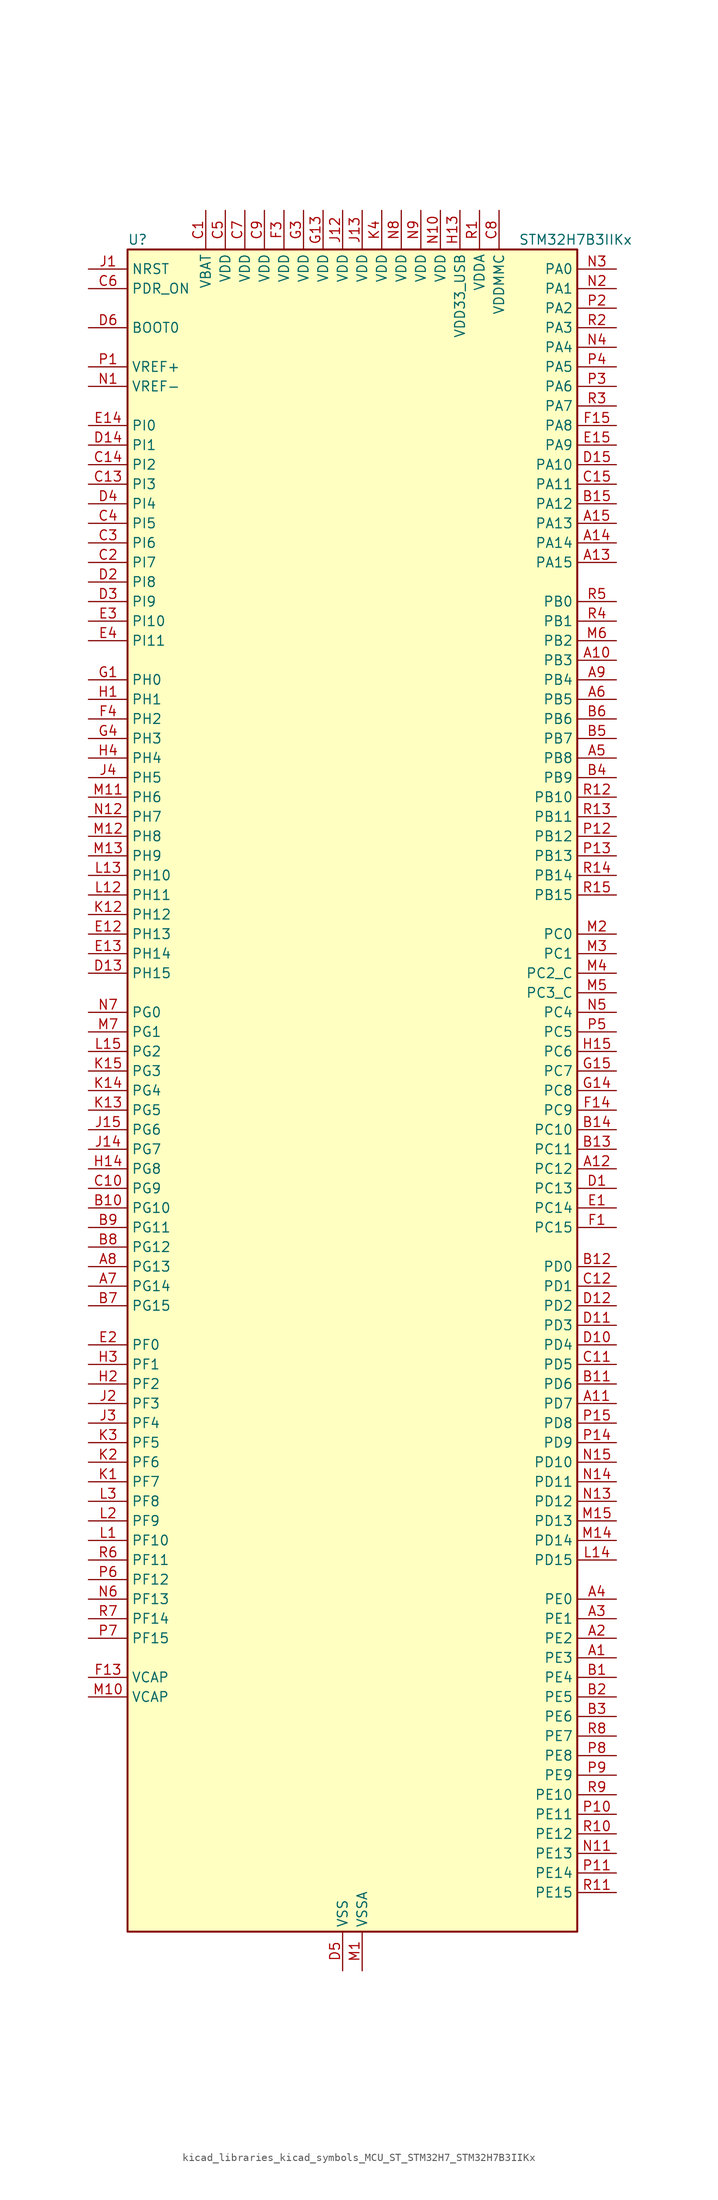
<source format=kicad_sym>
(kicad_symbol_lib
  (version 20220914)
  (generator kicad_symbol_editor)
  (symbol "kicad_libraries_kicad_symbols_MCU_ST_STM32H7_STM32H7B3IIKx"
    (property "Reference" "U"
      (at -27.94 110.49 0)
      (effects (font (size 1.27 1.27)) (justify left)))
    (property "Value" "STM32H7B3IIKx"
      (at 22.86 110.49 0)
      (effects (font (size 1.27 1.27)) (justify left)))
    (property "ki_locked" ""
      (at 0 0 0)
      (effects (font (size 1.27 1.27))))
    (symbol "kicad_libraries_kicad_symbols_MCU_ST_STM32H7_STM32H7B3IIKx_0_1"
      (rectangle (start -27.94 -109.22) (end 30.48 109.22) (stroke (width 0.254) (type default)) (fill (type background))))
    (symbol "kicad_libraries_kicad_symbols_MCU_ST_STM32H7_STM32H7B3IIKx_1_1"
      (pin bidirectional line (at 35.56 -73.66 180) (length 5.08) (name "PE3" (effects (font (size 1.27 1.27)))) (number "A1" (effects (font (size 1.27 1.27)))) (alternate "DEBUG_TRACED0" bidirectional line) (alternate "FMC_A19" bidirectional line) (alternate "SAI1_SD_B" bidirectional line) (alternate "TIM15_BKIN" bidirectional line) (alternate "USART10_TX" bidirectional line))
      (pin bidirectional line (at 35.56 55.88 180) (length 5.08) (name "PB3" (effects (font (size 1.27 1.27)))) (number "A10" (effects (font (size 1.27 1.27)))) (alternate "CRS_SYNC" bidirectional line) (alternate "DEBUG_JTDO-SWO" bidirectional line) (alternate "I2S1_CK" bidirectional line) (alternate "I2S3_CK" bidirectional line) (alternate "I2S6_CK" bidirectional line) (alternate "SDMMC2_D2" bidirectional line) (alternate "SPI1_SCK" bidirectional line) (alternate "SPI3_SCK" bidirectional line) (alternate "SPI6_SCK" bidirectional line) (alternate "TIM2_CH2" bidirectional line) (alternate "UART7_RX" bidirectional line))
      (pin bidirectional line (at 35.56 -40.64 180) (length 5.08) (name "PD7" (effects (font (size 1.27 1.27)))) (number "A11" (effects (font (size 1.27 1.27)))) (alternate "DFSDM1_CKIN1" bidirectional line) (alternate "DFSDM1_DATIN4" bidirectional line) (alternate "FMC_NE1" bidirectional line) (alternate "I2S1_SDO" bidirectional line) (alternate "OCTOSPIM_P1_IO7" bidirectional line) (alternate "SDMMC2_CMD" bidirectional line) (alternate "SPDIFRX_IN0" bidirectional line) (alternate "SPI1_MOSI" bidirectional line) (alternate "USART2_CK" bidirectional line))
      (pin bidirectional line (at 35.56 -10.16 180) (length 5.08) (name "PC12" (effects (font (size 1.27 1.27)))) (number "A12" (effects (font (size 1.27 1.27)))) (alternate "DCMI_D9" bidirectional line) (alternate "DEBUG_TRACED3" bidirectional line) (alternate "DFSDM2_CKOUT" bidirectional line) (alternate "I2S3_SDO" bidirectional line) (alternate "I2S6_CK" bidirectional line) (alternate "LTDC_R6" bidirectional line) (alternate "PSSI_D9" bidirectional line) (alternate "SDMMC1_CK" bidirectional line) (alternate "SPI3_MOSI" bidirectional line) (alternate "SPI6_SCK" bidirectional line) (alternate "TIM15_CH1" bidirectional line) (alternate "UART5_TX" bidirectional line) (alternate "USART3_CK" bidirectional line))
      (pin bidirectional line (at 35.56 68.58 180) (length 5.08) (name "PA15" (effects (font (size 1.27 1.27)))) (number "A13" (effects (font (size 1.27 1.27)))) (alternate "ADC1_EXTI15" bidirectional line) (alternate "ADC2_EXTI15" bidirectional line) (alternate "CEC" bidirectional line) (alternate "DEBUG_JTDI" bidirectional line) (alternate "I2S1_WS" bidirectional line) (alternate "I2S3_WS" bidirectional line) (alternate "I2S6_WS" bidirectional line) (alternate "LTDC_B6" bidirectional line) (alternate "LTDC_R3" bidirectional line) (alternate "SPI1_NSS" bidirectional line) (alternate "SPI3_NSS" bidirectional line) (alternate "SPI6_NSS" bidirectional line) (alternate "TIM2_CH1" bidirectional line) (alternate "TIM2_ETR" bidirectional line) (alternate "UART4_DE" bidirectional line) (alternate "UART4_RTS" bidirectional line) (alternate "UART7_TX" bidirectional line))
      (pin bidirectional line (at 35.56 71.12 180) (length 5.08) (name "PA14" (effects (font (size 1.27 1.27)))) (number "A14" (effects (font (size 1.27 1.27)))) (alternate "DEBUG_JTCK-SWCLK" bidirectional line))
      (pin bidirectional line (at 35.56 73.66 180) (length 5.08) (name "PA13" (effects (font (size 1.27 1.27)))) (number "A15" (effects (font (size 1.27 1.27)))) (alternate "DEBUG_JTMS-SWDIO" bidirectional line))
      (pin bidirectional line (at 35.56 -71.12 180) (length 5.08) (name "PE2" (effects (font (size 1.27 1.27)))) (number "A2" (effects (font (size 1.27 1.27)))) (alternate "DEBUG_TRACECLK" bidirectional line) (alternate "FMC_A23" bidirectional line) (alternate "OCTOSPIM_P1_IO2" bidirectional line) (alternate "SAI1_CK1" bidirectional line) (alternate "SAI1_MCLK_A" bidirectional line) (alternate "SPI4_SCK" bidirectional line) (alternate "USART10_RX" bidirectional line))
      (pin bidirectional line (at 35.56 -68.58 180) (length 5.08) (name "PE1" (effects (font (size 1.27 1.27)))) (number "A3" (effects (font (size 1.27 1.27)))) (alternate "DCMI_D3" bidirectional line) (alternate "FMC_NBL1" bidirectional line) (alternate "LPTIM1_IN2" bidirectional line) (alternate "LTDC_R6" bidirectional line) (alternate "PSSI_D3" bidirectional line) (alternate "UART8_TX" bidirectional line))
      (pin bidirectional line (at 35.56 -66.04 180) (length 5.08) (name "PE0" (effects (font (size 1.27 1.27)))) (number "A4" (effects (font (size 1.27 1.27)))) (alternate "DCMI_D2" bidirectional line) (alternate "FMC_NBL0" bidirectional line) (alternate "LPTIM1_ETR" bidirectional line) (alternate "LPTIM2_ETR" bidirectional line) (alternate "LTDC_R0" bidirectional line) (alternate "PSSI_D2" bidirectional line) (alternate "SAI2_MCLK_A" bidirectional line) (alternate "TIM4_ETR" bidirectional line) (alternate "UART8_RX" bidirectional line))
      (pin bidirectional line (at 35.56 43.18 180) (length 5.08) (name "PB8" (effects (font (size 1.27 1.27)))) (number "A5" (effects (font (size 1.27 1.27)))) (alternate "DCMI_D6" bidirectional line) (alternate "DFSDM1_CKIN7" bidirectional line) (alternate "FDCAN1_RX" bidirectional line) (alternate "I2C1_SCL" bidirectional line) (alternate "I2C4_SCL" bidirectional line) (alternate "LTDC_B6" bidirectional line) (alternate "PSSI_D6" bidirectional line) (alternate "SDMMC1_CKIN" bidirectional line) (alternate "SDMMC1_D4" bidirectional line) (alternate "SDMMC2_D4" bidirectional line) (alternate "TIM16_CH1" bidirectional line) (alternate "TIM4_CH3" bidirectional line) (alternate "UART4_RX" bidirectional line))
      (pin bidirectional line (at 35.56 50.8 180) (length 5.08) (name "PB5" (effects (font (size 1.27 1.27)))) (number "A6" (effects (font (size 1.27 1.27)))) (alternate "DCMI_D10" bidirectional line) (alternate "FDCAN2_RX" bidirectional line) (alternate "FMC_SDCKE1" bidirectional line) (alternate "I2C1_SMBA" bidirectional line) (alternate "I2C4_SMBA" bidirectional line) (alternate "I2S1_SDO" bidirectional line) (alternate "I2S3_SDO" bidirectional line) (alternate "I2S6_SDO" bidirectional line) (alternate "LTDC_B5" bidirectional line) (alternate "PSSI_D10" bidirectional line) (alternate "SPI1_MOSI" bidirectional line) (alternate "SPI3_MOSI" bidirectional line) (alternate "SPI6_MOSI" bidirectional line) (alternate "TIM17_BKIN" bidirectional line) (alternate "TIM3_CH2" bidirectional line) (alternate "UART5_RX" bidirectional line) (alternate "USB_OTG_HS_ULPI_D7" bidirectional line))
      (pin bidirectional line (at -33.02 -25.4 0) (length 5.08) (name "PG14" (effects (font (size 1.27 1.27)))) (number "A7" (effects (font (size 1.27 1.27)))) (alternate "DEBUG_TRACED1" bidirectional line) (alternate "FMC_A25" bidirectional line) (alternate "I2S6_SDO" bidirectional line) (alternate "LPTIM1_ETR" bidirectional line) (alternate "LTDC_B0" bidirectional line) (alternate "OCTOSPIM_P1_IO7" bidirectional line) (alternate "SDMMC2_D7" bidirectional line) (alternate "SPI6_MOSI" bidirectional line) (alternate "USART10_DE" bidirectional line) (alternate "USART10_RTS" bidirectional line) (alternate "USART6_TX" bidirectional line))
      (pin bidirectional line (at -33.02 -22.86 0) (length 5.08) (name "PG13" (effects (font (size 1.27 1.27)))) (number "A8" (effects (font (size 1.27 1.27)))) (alternate "DEBUG_TRACED0" bidirectional line) (alternate "FMC_A24" bidirectional line) (alternate "I2S6_CK" bidirectional line) (alternate "LPTIM1_OUT" bidirectional line) (alternate "LTDC_R0" bidirectional line) (alternate "SDMMC2_D6" bidirectional line) (alternate "SPI6_SCK" bidirectional line) (alternate "USART10_CTS" bidirectional line) (alternate "USART10_NSS" bidirectional line) (alternate "USART6_CTS" bidirectional line) (alternate "USART6_NSS" bidirectional line))
      (pin bidirectional line (at 35.56 53.34 180) (length 5.08) (name "PB4" (effects (font (size 1.27 1.27)))) (number "A9" (effects (font (size 1.27 1.27)))) (alternate "DEBUG_JTRST" bidirectional line) (alternate "I2S1_SDI" bidirectional line) (alternate "I2S2_WS" bidirectional line) (alternate "I2S3_SDI" bidirectional line) (alternate "I2S6_SDI" bidirectional line) (alternate "SDMMC2_D3" bidirectional line) (alternate "SPI1_MISO" bidirectional line) (alternate "SPI2_NSS" bidirectional line) (alternate "SPI3_MISO" bidirectional line) (alternate "SPI6_MISO" bidirectional line) (alternate "TIM16_BKIN" bidirectional line) (alternate "TIM3_CH1" bidirectional line) (alternate "UART7_TX" bidirectional line))
      (pin bidirectional line (at 35.56 -76.2 180) (length 5.08) (name "PE4" (effects (font (size 1.27 1.27)))) (number "B1" (effects (font (size 1.27 1.27)))) (alternate "DCMI_D4" bidirectional line) (alternate "DEBUG_TRACED1" bidirectional line) (alternate "DFSDM1_DATIN3" bidirectional line) (alternate "FMC_A20" bidirectional line) (alternate "LTDC_B0" bidirectional line) (alternate "PSSI_D4" bidirectional line) (alternate "SAI1_D2" bidirectional line) (alternate "SAI1_FS_A" bidirectional line) (alternate "SPI4_NSS" bidirectional line) (alternate "TIM15_CH1N" bidirectional line))
      (pin bidirectional line (at -33.02 -15.24 0) (length 5.08) (name "PG10" (effects (font (size 1.27 1.27)))) (number "B10" (effects (font (size 1.27 1.27)))) (alternate "DCMI_D2" bidirectional line) (alternate "FMC_NE3" bidirectional line) (alternate "I2S1_WS" bidirectional line) (alternate "LTDC_B2" bidirectional line) (alternate "LTDC_G3" bidirectional line) (alternate "OCTOSPIM_P2_IO6" bidirectional line) (alternate "PSSI_D2" bidirectional line) (alternate "SAI2_SD_B" bidirectional line) (alternate "SDMMC2_D1" bidirectional line) (alternate "SPI1_NSS" bidirectional line))
      (pin bidirectional line (at 35.56 -38.1 180) (length 5.08) (name "PD6" (effects (font (size 1.27 1.27)))) (number "B11" (effects (font (size 1.27 1.27)))) (alternate "DCMI_D10" bidirectional line) (alternate "DFSDM1_CKIN4" bidirectional line) (alternate "DFSDM1_DATIN1" bidirectional line) (alternate "FMC_NWAIT" bidirectional line) (alternate "I2S3_SDO" bidirectional line) (alternate "LTDC_B2" bidirectional line) (alternate "OCTOSPIM_P1_IO6" bidirectional line) (alternate "PSSI_D10" bidirectional line) (alternate "SAI1_D1" bidirectional line) (alternate "SAI1_SD_A" bidirectional line) (alternate "SDMMC2_CK" bidirectional line) (alternate "SPI3_MOSI" bidirectional line) (alternate "USART2_RX" bidirectional line))
      (pin bidirectional line (at 35.56 -22.86 180) (length 5.08) (name "PD0" (effects (font (size 1.27 1.27)))) (number "B12" (effects (font (size 1.27 1.27)))) (alternate "DFSDM1_CKIN6" bidirectional line) (alternate "FDCAN1_RX" bidirectional line) (alternate "FMC_D2" bidirectional line) (alternate "FMC_DA2" bidirectional line) (alternate "LTDC_B1" bidirectional line) (alternate "UART4_RX" bidirectional line) (alternate "UART9_CTS" bidirectional line))
      (pin bidirectional line (at 35.56 -7.62 180) (length 5.08) (name "PC11" (effects (font (size 1.27 1.27)))) (number "B13" (effects (font (size 1.27 1.27)))) (alternate "ADC1_EXTI11" bidirectional line) (alternate "ADC2_EXTI11" bidirectional line) (alternate "DCMI_D4" bidirectional line) (alternate "DFSDM1_DATIN5" bidirectional line) (alternate "DFSDM2_DATIN0" bidirectional line) (alternate "I2S3_SDI" bidirectional line) (alternate "LTDC_B4" bidirectional line) (alternate "OCTOSPIM_P1_NCS" bidirectional line) (alternate "PSSI_D4" bidirectional line) (alternate "SDMMC1_D3" bidirectional line) (alternate "SPI3_MISO" bidirectional line) (alternate "UART4_RX" bidirectional line) (alternate "USART3_RX" bidirectional line))
      (pin bidirectional line (at 35.56 -5.08 180) (length 5.08) (name "PC10" (effects (font (size 1.27 1.27)))) (number "B14" (effects (font (size 1.27 1.27)))) (alternate "DCMI_D8" bidirectional line) (alternate "DFSDM1_CKIN5" bidirectional line) (alternate "DFSDM2_CKIN0" bidirectional line) (alternate "I2S3_CK" bidirectional line) (alternate "LTDC_B1" bidirectional line) (alternate "LTDC_R2" bidirectional line) (alternate "OCTOSPIM_P1_IO1" bidirectional line) (alternate "PSSI_D8" bidirectional line) (alternate "SDMMC1_D2" bidirectional line) (alternate "SPI3_SCK" bidirectional line) (alternate "SWPMI1_RX" bidirectional line) (alternate "UART4_TX" bidirectional line) (alternate "USART3_TX" bidirectional line))
      (pin bidirectional line (at 35.56 76.2 180) (length 5.08) (name "PA12" (effects (font (size 1.27 1.27)))) (number "B15" (effects (font (size 1.27 1.27)))) (alternate "FDCAN1_TX" bidirectional line) (alternate "I2S2_CK" bidirectional line) (alternate "LPUART1_DE" bidirectional line) (alternate "LPUART1_RTS" bidirectional line) (alternate "LTDC_R5" bidirectional line) (alternate "SAI2_FS_B" bidirectional line) (alternate "SPI2_SCK" bidirectional line) (alternate "TIM1_ETR" bidirectional line) (alternate "UART4_TX" bidirectional line) (alternate "USART1_DE" bidirectional line) (alternate "USART1_RTS" bidirectional line) (alternate "USB_OTG_HS_DP" bidirectional line))
      (pin bidirectional line (at 35.56 -78.74 180) (length 5.08) (name "PE5" (effects (font (size 1.27 1.27)))) (number "B2" (effects (font (size 1.27 1.27)))) (alternate "DCMI_D6" bidirectional line) (alternate "DEBUG_TRACED2" bidirectional line) (alternate "DFSDM1_CKIN3" bidirectional line) (alternate "FMC_A21" bidirectional line) (alternate "LTDC_G0" bidirectional line) (alternate "PSSI_D6" bidirectional line) (alternate "SAI1_CK2" bidirectional line) (alternate "SAI1_SCK_A" bidirectional line) (alternate "SPI4_MISO" bidirectional line) (alternate "TIM15_CH1" bidirectional line))
      (pin bidirectional line (at 35.56 -81.28 180) (length 5.08) (name "PE6" (effects (font (size 1.27 1.27)))) (number "B3" (effects (font (size 1.27 1.27)))) (alternate "DCMI_D7" bidirectional line) (alternate "DEBUG_TRACED3" bidirectional line) (alternate "FMC_A22" bidirectional line) (alternate "LTDC_G1" bidirectional line) (alternate "PSSI_D7" bidirectional line) (alternate "SAI1_D1" bidirectional line) (alternate "SAI1_SD_A" bidirectional line) (alternate "SAI2_MCLK_B" bidirectional line) (alternate "SPI4_MOSI" bidirectional line) (alternate "TIM15_CH2" bidirectional line) (alternate "TIM1_BKIN2" bidirectional line) (alternate "TIM1_BKIN2_COMP1" bidirectional line) (alternate "TIM1_BKIN2_COMP2" bidirectional line))
      (pin bidirectional line (at 35.56 40.64 180) (length 5.08) (name "PB9" (effects (font (size 1.27 1.27)))) (number "B4" (effects (font (size 1.27 1.27)))) (alternate "DAC1_EXTI9" bidirectional line) (alternate "DCMI_D7" bidirectional line) (alternate "DFSDM1_DATIN7" bidirectional line) (alternate "FDCAN1_TX" bidirectional line) (alternate "I2C1_SDA" bidirectional line) (alternate "I2C4_SDA" bidirectional line) (alternate "I2C4_SMBA" bidirectional line) (alternate "I2S2_WS" bidirectional line) (alternate "LTDC_B7" bidirectional line) (alternate "PSSI_D7" bidirectional line) (alternate "SDMMC1_CDIR" bidirectional line) (alternate "SDMMC1_D5" bidirectional line) (alternate "SDMMC2_D5" bidirectional line) (alternate "SPI2_NSS" bidirectional line) (alternate "TIM17_CH1" bidirectional line) (alternate "TIM4_CH4" bidirectional line) (alternate "UART4_TX" bidirectional line))
      (pin bidirectional line (at 35.56 45.72 180) (length 5.08) (name "PB7" (effects (font (size 1.27 1.27)))) (number "B5" (effects (font (size 1.27 1.27)))) (alternate "DCMI_VSYNC" bidirectional line) (alternate "DFSDM1_CKIN5" bidirectional line) (alternate "FMC_NL" bidirectional line) (alternate "I2C1_SDA" bidirectional line) (alternate "I2C4_SDA" bidirectional line) (alternate "LPUART1_RX" bidirectional line) (alternate "PSSI_RDY" bidirectional line) (alternate "PWR_PVD_IN" bidirectional line) (alternate "TIM17_CH1N" bidirectional line) (alternate "TIM4_CH2" bidirectional line) (alternate "USART1_RX" bidirectional line))
      (pin bidirectional line (at 35.56 48.26 180) (length 5.08) (name "PB6" (effects (font (size 1.27 1.27)))) (number "B6" (effects (font (size 1.27 1.27)))) (alternate "CEC" bidirectional line) (alternate "DCMI_D5" bidirectional line) (alternate "DFSDM1_DATIN5" bidirectional line) (alternate "FDCAN2_TX" bidirectional line) (alternate "FMC_SDNE1" bidirectional line) (alternate "I2C1_SCL" bidirectional line) (alternate "I2C4_SCL" bidirectional line) (alternate "LPUART1_TX" bidirectional line) (alternate "OCTOSPIM_P1_NCS" bidirectional line) (alternate "PSSI_D5" bidirectional line) (alternate "TIM16_CH1N" bidirectional line) (alternate "TIM4_CH1" bidirectional line) (alternate "UART5_TX" bidirectional line) (alternate "USART1_TX" bidirectional line))
      (pin bidirectional line (at -33.02 -27.94 0) (length 5.08) (name "PG15" (effects (font (size 1.27 1.27)))) (number "B7" (effects (font (size 1.27 1.27)))) (alternate "ADC1_EXTI15" bidirectional line) (alternate "ADC2_EXTI15" bidirectional line) (alternate "DCMI_D13" bidirectional line) (alternate "FMC_SDNCAS" bidirectional line) (alternate "OCTOSPIM_P2_DQS" bidirectional line) (alternate "PSSI_D13" bidirectional line) (alternate "USART10_CK" bidirectional line) (alternate "USART6_CTS" bidirectional line) (alternate "USART6_NSS" bidirectional line))
      (pin bidirectional line (at -33.02 -20.32 0) (length 5.08) (name "PG12" (effects (font (size 1.27 1.27)))) (number "B8" (effects (font (size 1.27 1.27)))) (alternate "FMC_NE4" bidirectional line) (alternate "I2S6_SDI" bidirectional line) (alternate "LPTIM1_IN1" bidirectional line) (alternate "LTDC_B1" bidirectional line) (alternate "LTDC_B4" bidirectional line) (alternate "OCTOSPIM_P2_NCS" bidirectional line) (alternate "SDMMC2_D3" bidirectional line) (alternate "SPDIFRX_IN1" bidirectional line) (alternate "SPI6_MISO" bidirectional line) (alternate "USART10_TX" bidirectional line) (alternate "USART6_DE" bidirectional line) (alternate "USART6_RTS" bidirectional line))
      (pin bidirectional line (at -33.02 -17.78 0) (length 5.08) (name "PG11" (effects (font (size 1.27 1.27)))) (number "B9" (effects (font (size 1.27 1.27)))) (alternate "ADC1_EXTI11" bidirectional line) (alternate "ADC2_EXTI11" bidirectional line) (alternate "DCMI_D3" bidirectional line) (alternate "I2S1_CK" bidirectional line) (alternate "LPTIM1_IN2" bidirectional line) (alternate "LTDC_B3" bidirectional line) (alternate "OCTOSPIM_P2_IO7" bidirectional line) (alternate "PSSI_D3" bidirectional line) (alternate "SDMMC2_D2" bidirectional line) (alternate "SPDIFRX_IN0" bidirectional line) (alternate "SPI1_SCK" bidirectional line) (alternate "USART10_RX" bidirectional line))
      (pin power_in line (at -17.78 114.3 270) (length 5.08) (name "VBAT" (effects (font (size 1.27 1.27)))) (number "C1" (effects (font (size 1.27 1.27)))))
      (pin bidirectional line (at -33.02 -12.7 0) (length 5.08) (name "PG9" (effects (font (size 1.27 1.27)))) (number "C10" (effects (font (size 1.27 1.27)))) (alternate "DAC1_EXTI9" bidirectional line) (alternate "DCMI_VSYNC" bidirectional line) (alternate "FMC_NCE" bidirectional line) (alternate "FMC_NE2" bidirectional line) (alternate "I2S1_SDI" bidirectional line) (alternate "OCTOSPIM_P1_IO6" bidirectional line) (alternate "PSSI_RDY" bidirectional line) (alternate "SAI2_FS_B" bidirectional line) (alternate "SDMMC2_D0" bidirectional line) (alternate "SPDIFRX_IN3" bidirectional line) (alternate "SPI1_MISO" bidirectional line) (alternate "USART6_RX" bidirectional line))
      (pin bidirectional line (at 35.56 -35.56 180) (length 5.08) (name "PD5" (effects (font (size 1.27 1.27)))) (number "C11" (effects (font (size 1.27 1.27)))) (alternate "FMC_NWE" bidirectional line) (alternate "OCTOSPIM_P1_IO5" bidirectional line) (alternate "USART2_TX" bidirectional line))
      (pin bidirectional line (at 35.56 -25.4 180) (length 5.08) (name "PD1" (effects (font (size 1.27 1.27)))) (number "C12" (effects (font (size 1.27 1.27)))) (alternate "DFSDM1_DATIN6" bidirectional line) (alternate "FDCAN1_TX" bidirectional line) (alternate "FMC_D3" bidirectional line) (alternate "FMC_DA3" bidirectional line) (alternate "UART4_TX" bidirectional line))
      (pin bidirectional line (at -33.02 78.74 0) (length 5.08) (name "PI3" (effects (font (size 1.27 1.27)))) (number "C13" (effects (font (size 1.27 1.27)))) (alternate "DCMI_D10" bidirectional line) (alternate "FMC_D27" bidirectional line) (alternate "I2S2_SDO" bidirectional line) (alternate "PSSI_D10" bidirectional line) (alternate "SPI2_MOSI" bidirectional line) (alternate "TIM8_ETR" bidirectional line))
      (pin bidirectional line (at -33.02 81.28 0) (length 5.08) (name "PI2" (effects (font (size 1.27 1.27)))) (number "C14" (effects (font (size 1.27 1.27)))) (alternate "DCMI_D9" bidirectional line) (alternate "FMC_D26" bidirectional line) (alternate "I2S2_SDI" bidirectional line) (alternate "LTDC_G7" bidirectional line) (alternate "PSSI_D9" bidirectional line) (alternate "SPI2_MISO" bidirectional line) (alternate "TIM8_CH4" bidirectional line))
      (pin bidirectional line (at 35.56 78.74 180) (length 5.08) (name "PA11" (effects (font (size 1.27 1.27)))) (number "C15" (effects (font (size 1.27 1.27)))) (alternate "ADC1_EXTI11" bidirectional line) (alternate "ADC2_EXTI11" bidirectional line) (alternate "FDCAN1_RX" bidirectional line) (alternate "I2S2_WS" bidirectional line) (alternate "LPUART1_CTS" bidirectional line) (alternate "LTDC_R4" bidirectional line) (alternate "SPI2_NSS" bidirectional line) (alternate "TIM1_CH4" bidirectional line) (alternate "UART4_RX" bidirectional line) (alternate "USART1_CTS" bidirectional line) (alternate "USART1_NSS" bidirectional line) (alternate "USB_OTG_HS_DM" bidirectional line))
      (pin bidirectional line (at -33.02 68.58 0) (length 5.08) (name "PI7" (effects (font (size 1.27 1.27)))) (number "C2" (effects (font (size 1.27 1.27)))) (alternate "DCMI_D7" bidirectional line) (alternate "FMC_D29" bidirectional line) (alternate "LTDC_B7" bidirectional line) (alternate "PSSI_D7" bidirectional line) (alternate "SAI2_FS_A" bidirectional line) (alternate "TIM8_CH3" bidirectional line))
      (pin bidirectional line (at -33.02 71.12 0) (length 5.08) (name "PI6" (effects (font (size 1.27 1.27)))) (number "C3" (effects (font (size 1.27 1.27)))) (alternate "DCMI_D6" bidirectional line) (alternate "FMC_D28" bidirectional line) (alternate "LTDC_B6" bidirectional line) (alternate "PSSI_D6" bidirectional line) (alternate "SAI2_SD_A" bidirectional line) (alternate "TIM8_CH2" bidirectional line))
      (pin bidirectional line (at -33.02 73.66 0) (length 5.08) (name "PI5" (effects (font (size 1.27 1.27)))) (number "C4" (effects (font (size 1.27 1.27)))) (alternate "DCMI_VSYNC" bidirectional line) (alternate "FMC_NBL3" bidirectional line) (alternate "LTDC_B5" bidirectional line) (alternate "PSSI_RDY" bidirectional line) (alternate "SAI2_SCK_A" bidirectional line) (alternate "TIM8_CH1" bidirectional line))
      (pin power_in line (at -15.24 114.3 270) (length 5.08) (name "VDD" (effects (font (size 1.27 1.27)))) (number "C5" (effects (font (size 1.27 1.27)))))
      (pin input line (at -33.02 104.14 0) (length 5.08) (name "PDR_ON" (effects (font (size 1.27 1.27)))) (number "C6" (effects (font (size 1.27 1.27)))))
      (pin power_in line (at -12.7 114.3 270) (length 5.08) (name "VDD" (effects (font (size 1.27 1.27)))) (number "C7" (effects (font (size 1.27 1.27)))))
      (pin power_in line (at 20.32 114.3 270) (length 5.08) (name "VDDMMC" (effects (font (size 1.27 1.27)))) (number "C8" (effects (font (size 1.27 1.27)))))
      (pin power_in line (at -10.16 114.3 270) (length 5.08) (name "VDD" (effects (font (size 1.27 1.27)))) (number "C9" (effects (font (size 1.27 1.27)))))
      (pin bidirectional line (at 35.56 -12.7 180) (length 5.08) (name "PC13" (effects (font (size 1.27 1.27)))) (number "D1" (effects (font (size 1.27 1.27)))) (alternate "PWR_WKUP4" bidirectional line) (alternate "RTC_OUT_ALARM" bidirectional line) (alternate "RTC_OUT_CALIB" bidirectional line) (alternate "RTC_TAMP1" bidirectional line) (alternate "RTC_TS" bidirectional line))
      (pin bidirectional line (at 35.56 -33.02 180) (length 5.08) (name "PD4" (effects (font (size 1.27 1.27)))) (number "D10" (effects (font (size 1.27 1.27)))) (alternate "FMC_NOE" bidirectional line) (alternate "OCTOSPIM_P1_IO4" bidirectional line) (alternate "USART2_DE" bidirectional line) (alternate "USART2_RTS" bidirectional line))
      (pin bidirectional line (at 35.56 -30.48 180) (length 5.08) (name "PD3" (effects (font (size 1.27 1.27)))) (number "D11" (effects (font (size 1.27 1.27)))) (alternate "DCMI_D5" bidirectional line) (alternate "DFSDM1_CKOUT" bidirectional line) (alternate "FMC_CLK" bidirectional line) (alternate "I2S2_CK" bidirectional line) (alternate "LTDC_G7" bidirectional line) (alternate "PSSI_D5" bidirectional line) (alternate "SPI2_SCK" bidirectional line) (alternate "USART2_CTS" bidirectional line) (alternate "USART2_NSS" bidirectional line))
      (pin bidirectional line (at 35.56 -27.94 180) (length 5.08) (name "PD2" (effects (font (size 1.27 1.27)))) (number "D12" (effects (font (size 1.27 1.27)))) (alternate "DCMI_D11" bidirectional line) (alternate "DEBUG_TRACED2" bidirectional line) (alternate "LTDC_B2" bidirectional line) (alternate "LTDC_B7" bidirectional line) (alternate "PSSI_D11" bidirectional line) (alternate "SDMMC1_CMD" bidirectional line) (alternate "TIM15_BKIN" bidirectional line) (alternate "TIM3_ETR" bidirectional line) (alternate "UART5_RX" bidirectional line))
      (pin bidirectional line (at -33.02 15.24 0) (length 5.08) (name "PH15" (effects (font (size 1.27 1.27)))) (number "D13" (effects (font (size 1.27 1.27)))) (alternate "ADC1_EXTI15" bidirectional line) (alternate "ADC2_EXTI15" bidirectional line) (alternate "DCMI_D11" bidirectional line) (alternate "FMC_D23" bidirectional line) (alternate "LTDC_G4" bidirectional line) (alternate "PSSI_D11" bidirectional line) (alternate "TIM8_CH3N" bidirectional line))
      (pin bidirectional line (at -33.02 83.82 0) (length 5.08) (name "PI1" (effects (font (size 1.27 1.27)))) (number "D14" (effects (font (size 1.27 1.27)))) (alternate "DCMI_D8" bidirectional line) (alternate "FMC_D25" bidirectional line) (alternate "I2S2_CK" bidirectional line) (alternate "LTDC_G6" bidirectional line) (alternate "PSSI_D8" bidirectional line) (alternate "SPI2_SCK" bidirectional line) (alternate "TIM8_BKIN2" bidirectional line) (alternate "TIM8_BKIN2_COMP1" bidirectional line) (alternate "TIM8_BKIN2_COMP2" bidirectional line))
      (pin bidirectional line (at 35.56 81.28 180) (length 5.08) (name "PA10" (effects (font (size 1.27 1.27)))) (number "D15" (effects (font (size 1.27 1.27)))) (alternate "DCMI_D1" bidirectional line) (alternate "LPUART1_RX" bidirectional line) (alternate "LTDC_B1" bidirectional line) (alternate "LTDC_B4" bidirectional line) (alternate "MDIOS_MDIO" bidirectional line) (alternate "PSSI_D1" bidirectional line) (alternate "TIM1_CH3" bidirectional line) (alternate "USART1_RX" bidirectional line) (alternate "USB_OTG_HS_ID" bidirectional line))
      (pin bidirectional line (at -33.02 66.04 0) (length 5.08) (name "PI8" (effects (font (size 1.27 1.27)))) (number "D2" (effects (font (size 1.27 1.27)))) (alternate "PWR_WKUP3" bidirectional line) (alternate "RTC_OUT_ALARM" bidirectional line) (alternate "RTC_TAMP2" bidirectional line))
      (pin bidirectional line (at -33.02 63.5 0) (length 5.08) (name "PI9" (effects (font (size 1.27 1.27)))) (number "D3" (effects (font (size 1.27 1.27)))) (alternate "DAC1_EXTI9" bidirectional line) (alternate "FDCAN1_RX" bidirectional line) (alternate "FMC_D30" bidirectional line) (alternate "LTDC_VSYNC" bidirectional line) (alternate "OCTOSPIM_P2_IO0" bidirectional line) (alternate "UART4_RX" bidirectional line))
      (pin bidirectional line (at -33.02 76.2 0) (length 5.08) (name "PI4" (effects (font (size 1.27 1.27)))) (number "D4" (effects (font (size 1.27 1.27)))) (alternate "DCMI_D5" bidirectional line) (alternate "FMC_NBL2" bidirectional line) (alternate "LTDC_B4" bidirectional line) (alternate "PSSI_D5" bidirectional line) (alternate "SAI2_MCLK_A" bidirectional line) (alternate "TIM8_BKIN" bidirectional line) (alternate "TIM8_BKIN_COMP1" bidirectional line) (alternate "TIM8_BKIN_COMP2" bidirectional line))
      (pin power_in line (at 0 -114.3 90) (length 5.08) (name "VSS" (effects (font (size 1.27 1.27)))) (number "D5" (effects (font (size 1.27 1.27)))))
      (pin input line (at -33.02 99.06 0) (length 5.08) (name "BOOT0" (effects (font (size 1.27 1.27)))) (number "D6" (effects (font (size 1.27 1.27)))))
      (pin passive line (at 0 -114.3 90) (length 5.08) hide (name "VSS" (effects (font (size 1.27 1.27)))) (number "D7" (effects (font (size 1.27 1.27)))))
      (pin passive line (at 0 -114.3 90) (length 5.08) hide (name "VSS" (effects (font (size 1.27 1.27)))) (number "D8" (effects (font (size 1.27 1.27)))))
      (pin passive line (at 0 -114.3 90) (length 5.08) hide (name "VSS" (effects (font (size 1.27 1.27)))) (number "D9" (effects (font (size 1.27 1.27)))))
      (pin bidirectional line (at 35.56 -15.24 180) (length 5.08) (name "PC14" (effects (font (size 1.27 1.27)))) (number "E1" (effects (font (size 1.27 1.27)))) (alternate "RCC_OSC32_IN" bidirectional line))
      (pin bidirectional line (at -33.02 20.32 0) (length 5.08) (name "PH13" (effects (font (size 1.27 1.27)))) (number "E12" (effects (font (size 1.27 1.27)))) (alternate "FDCAN1_TX" bidirectional line) (alternate "FMC_D21" bidirectional line) (alternate "LTDC_G2" bidirectional line) (alternate "TIM8_CH1N" bidirectional line) (alternate "UART4_TX" bidirectional line))
      (pin bidirectional line (at -33.02 17.78 0) (length 5.08) (name "PH14" (effects (font (size 1.27 1.27)))) (number "E13" (effects (font (size 1.27 1.27)))) (alternate "DCMI_D4" bidirectional line) (alternate "FDCAN1_RX" bidirectional line) (alternate "FMC_D22" bidirectional line) (alternate "LTDC_G3" bidirectional line) (alternate "PSSI_D4" bidirectional line) (alternate "TIM8_CH2N" bidirectional line) (alternate "UART4_RX" bidirectional line))
      (pin bidirectional line (at -33.02 86.36 0) (length 5.08) (name "PI0" (effects (font (size 1.27 1.27)))) (number "E14" (effects (font (size 1.27 1.27)))) (alternate "DCMI_D13" bidirectional line) (alternate "FMC_D24" bidirectional line) (alternate "I2S2_WS" bidirectional line) (alternate "LTDC_G5" bidirectional line) (alternate "PSSI_D13" bidirectional line) (alternate "SPI2_NSS" bidirectional line) (alternate "TIM5_CH4" bidirectional line))
      (pin bidirectional line (at 35.56 83.82 180) (length 5.08) (name "PA9" (effects (font (size 1.27 1.27)))) (number "E15" (effects (font (size 1.27 1.27)))) (alternate "DAC1_EXTI9" bidirectional line) (alternate "DCMI_D0" bidirectional line) (alternate "I2C3_SMBA" bidirectional line) (alternate "I2S2_CK" bidirectional line) (alternate "LPUART1_TX" bidirectional line) (alternate "LTDC_R5" bidirectional line) (alternate "PSSI_D0" bidirectional line) (alternate "SPI2_SCK" bidirectional line) (alternate "TIM1_CH2" bidirectional line) (alternate "USART1_TX" bidirectional line) (alternate "USB_OTG_HS_VBUS" bidirectional line))
      (pin bidirectional line (at -33.02 -33.02 0) (length 5.08) (name "PF0" (effects (font (size 1.27 1.27)))) (number "E2" (effects (font (size 1.27 1.27)))) (alternate "FMC_A0" bidirectional line) (alternate "I2C2_SDA" bidirectional line) (alternate "OCTOSPIM_P2_IO0" bidirectional line))
      (pin bidirectional line (at -33.02 60.96 0) (length 5.08) (name "PI10" (effects (font (size 1.27 1.27)))) (number "E3" (effects (font (size 1.27 1.27)))) (alternate "FMC_D31" bidirectional line) (alternate "LTDC_HSYNC" bidirectional line) (alternate "OCTOSPIM_P2_IO1" bidirectional line) (alternate "PSSI_D14" bidirectional line))
      (pin bidirectional line (at -33.02 58.42 0) (length 5.08) (name "PI11" (effects (font (size 1.27 1.27)))) (number "E4" (effects (font (size 1.27 1.27)))) (alternate "ADC1_EXTI11" bidirectional line) (alternate "ADC2_EXTI11" bidirectional line) (alternate "LTDC_G6" bidirectional line) (alternate "OCTOSPIM_P2_IO2" bidirectional line) (alternate "PSSI_D15" bidirectional line) (alternate "PWR_WKUP5" bidirectional line) (alternate "USB_OTG_HS_ULPI_DIR" bidirectional line))
      (pin bidirectional line (at 35.56 -17.78 180) (length 5.08) (name "PC15" (effects (font (size 1.27 1.27)))) (number "F1" (effects (font (size 1.27 1.27)))) (alternate "ADC1_EXTI15" bidirectional line) (alternate "ADC2_EXTI15" bidirectional line) (alternate "RCC_OSC32_OUT" bidirectional line))
      (pin passive line (at 0 -114.3 90) (length 5.08) hide (name "VSS" (effects (font (size 1.27 1.27)))) (number "F10" (effects (font (size 1.27 1.27)))))
      (pin passive line (at 0 -114.3 90) (length 5.08) hide (name "VSS" (effects (font (size 1.27 1.27)))) (number "F12" (effects (font (size 1.27 1.27)))))
      (pin power_out line (at -33.02 -76.2 0) (length 5.08) (name "VCAP" (effects (font (size 1.27 1.27)))) (number "F13" (effects (font (size 1.27 1.27)))))
      (pin bidirectional line (at 35.56 -2.54 180) (length 5.08) (name "PC9" (effects (font (size 1.27 1.27)))) (number "F14" (effects (font (size 1.27 1.27)))) (alternate "DAC1_EXTI9" bidirectional line) (alternate "DCMI_D3" bidirectional line) (alternate "I2C3_SDA" bidirectional line) (alternate "I2S_CKIN" bidirectional line) (alternate "LTDC_B2" bidirectional line) (alternate "LTDC_G3" bidirectional line) (alternate "OCTOSPIM_P1_IO0" bidirectional line) (alternate "PSSI_D3" bidirectional line) (alternate "RCC_MCO_2" bidirectional line) (alternate "SDMMC1_D1" bidirectional line) (alternate "SWPMI1_SUSPEND" bidirectional line) (alternate "TIM3_CH4" bidirectional line) (alternate "TIM8_CH4" bidirectional line) (alternate "UART5_CTS" bidirectional line))
      (pin bidirectional line (at 35.56 86.36 180) (length 5.08) (name "PA8" (effects (font (size 1.27 1.27)))) (number "F15" (effects (font (size 1.27 1.27)))) (alternate "I2C3_SCL" bidirectional line) (alternate "LTDC_B3" bidirectional line) (alternate "LTDC_R6" bidirectional line) (alternate "RCC_MCO_1" bidirectional line) (alternate "TIM1_CH1" bidirectional line) (alternate "TIM8_BKIN2" bidirectional line) (alternate "TIM8_BKIN2_COMP1" bidirectional line) (alternate "TIM8_BKIN2_COMP2" bidirectional line) (alternate "UART7_RX" bidirectional line) (alternate "USART1_CK" bidirectional line) (alternate "USB_OTG_HS_SOF" bidirectional line))
      (pin passive line (at 0 -114.3 90) (length 5.08) hide (name "VSS" (effects (font (size 1.27 1.27)))) (number "F2" (effects (font (size 1.27 1.27)))))
      (pin power_in line (at -7.62 114.3 270) (length 5.08) (name "VDD" (effects (font (size 1.27 1.27)))) (number "F3" (effects (font (size 1.27 1.27)))))
      (pin bidirectional line (at -33.02 48.26 0) (length 5.08) (name "PH2" (effects (font (size 1.27 1.27)))) (number "F4" (effects (font (size 1.27 1.27)))) (alternate "FMC_SDCKE0" bidirectional line) (alternate "LPTIM1_IN2" bidirectional line) (alternate "LTDC_R0" bidirectional line) (alternate "OCTOSPIM_P1_IO4" bidirectional line) (alternate "SAI2_SCK_B" bidirectional line))
      (pin passive line (at 0 -114.3 90) (length 5.08) hide (name "VSS" (effects (font (size 1.27 1.27)))) (number "F6" (effects (font (size 1.27 1.27)))))
      (pin passive line (at 0 -114.3 90) (length 5.08) hide (name "VSS" (effects (font (size 1.27 1.27)))) (number "F7" (effects (font (size 1.27 1.27)))))
      (pin passive line (at 0 -114.3 90) (length 5.08) hide (name "VSS" (effects (font (size 1.27 1.27)))) (number "F8" (effects (font (size 1.27 1.27)))))
      (pin passive line (at 0 -114.3 90) (length 5.08) hide (name "VSS" (effects (font (size 1.27 1.27)))) (number "F9" (effects (font (size 1.27 1.27)))))
      (pin bidirectional line (at -33.02 53.34 0) (length 5.08) (name "PH0" (effects (font (size 1.27 1.27)))) (number "G1" (effects (font (size 1.27 1.27)))) (alternate "RCC_OSC_IN" bidirectional line))
      (pin passive line (at 0 -114.3 90) (length 5.08) hide (name "VSS" (effects (font (size 1.27 1.27)))) (number "G10" (effects (font (size 1.27 1.27)))))
      (pin passive line (at 0 -114.3 90) (length 5.08) hide (name "VSS" (effects (font (size 1.27 1.27)))) (number "G12" (effects (font (size 1.27 1.27)))))
      (pin power_in line (at -2.54 114.3 270) (length 5.08) (name "VDD" (effects (font (size 1.27 1.27)))) (number "G13" (effects (font (size 1.27 1.27)))))
      (pin bidirectional line (at 35.56 0 180) (length 5.08) (name "PC8" (effects (font (size 1.27 1.27)))) (number "G14" (effects (font (size 1.27 1.27)))) (alternate "DCMI_D2" bidirectional line) (alternate "DEBUG_TRACED1" bidirectional line) (alternate "FMC_INT" bidirectional line) (alternate "FMC_NCE" bidirectional line) (alternate "FMC_NE2" bidirectional line) (alternate "PSSI_D2" bidirectional line) (alternate "SDMMC1_D0" bidirectional line) (alternate "SWPMI1_RX" bidirectional line) (alternate "TIM3_CH3" bidirectional line) (alternate "TIM8_CH3" bidirectional line) (alternate "UART5_DE" bidirectional line) (alternate "UART5_RTS" bidirectional line) (alternate "USART6_CK" bidirectional line))
      (pin bidirectional line (at 35.56 2.54 180) (length 5.08) (name "PC7" (effects (font (size 1.27 1.27)))) (number "G15" (effects (font (size 1.27 1.27)))) (alternate "DCMI_D1" bidirectional line) (alternate "DEBUG_TRGIO" bidirectional line) (alternate "DFSDM1_DATIN3" bidirectional line) (alternate "FMC_NE1" bidirectional line) (alternate "I2S3_MCK" bidirectional line) (alternate "LTDC_G6" bidirectional line) (alternate "PSSI_D1" bidirectional line) (alternate "SDMMC1_D123DIR" bidirectional line) (alternate "SDMMC1_D7" bidirectional line) (alternate "SDMMC2_D7" bidirectional line) (alternate "SWPMI1_TX" bidirectional line) (alternate "TIM3_CH2" bidirectional line) (alternate "TIM8_CH2" bidirectional line) (alternate "USART6_RX" bidirectional line))
      (pin passive line (at 0 -114.3 90) (length 5.08) hide (name "VSS" (effects (font (size 1.27 1.27)))) (number "G2" (effects (font (size 1.27 1.27)))))
      (pin power_in line (at -5.08 114.3 270) (length 5.08) (name "VDD" (effects (font (size 1.27 1.27)))) (number "G3" (effects (font (size 1.27 1.27)))))
      (pin bidirectional line (at -33.02 45.72 0) (length 5.08) (name "PH3" (effects (font (size 1.27 1.27)))) (number "G4" (effects (font (size 1.27 1.27)))) (alternate "FMC_SDNE0" bidirectional line) (alternate "LTDC_R1" bidirectional line) (alternate "OCTOSPIM_P1_IO5" bidirectional line) (alternate "SAI2_MCLK_B" bidirectional line))
      (pin passive line (at 0 -114.3 90) (length 5.08) hide (name "VSS" (effects (font (size 1.27 1.27)))) (number "G6" (effects (font (size 1.27 1.27)))))
      (pin passive line (at 0 -114.3 90) (length 5.08) hide (name "VSS" (effects (font (size 1.27 1.27)))) (number "G7" (effects (font (size 1.27 1.27)))))
      (pin passive line (at 0 -114.3 90) (length 5.08) hide (name "VSS" (effects (font (size 1.27 1.27)))) (number "G8" (effects (font (size 1.27 1.27)))))
      (pin passive line (at 0 -114.3 90) (length 5.08) hide (name "VSS" (effects (font (size 1.27 1.27)))) (number "G9" (effects (font (size 1.27 1.27)))))
      (pin bidirectional line (at -33.02 50.8 0) (length 5.08) (name "PH1" (effects (font (size 1.27 1.27)))) (number "H1" (effects (font (size 1.27 1.27)))) (alternate "RCC_OSC_OUT" bidirectional line))
      (pin passive line (at 0 -114.3 90) (length 5.08) hide (name "VSS" (effects (font (size 1.27 1.27)))) (number "H10" (effects (font (size 1.27 1.27)))))
      (pin passive line (at 0 -114.3 90) (length 5.08) hide (name "VSS" (effects (font (size 1.27 1.27)))) (number "H12" (effects (font (size 1.27 1.27)))))
      (pin power_in line (at 15.24 114.3 270) (length 5.08) (name "VDD33_USB" (effects (font (size 1.27 1.27)))) (number "H13" (effects (font (size 1.27 1.27)))))
      (pin bidirectional line (at -33.02 -10.16 0) (length 5.08) (name "PG8" (effects (font (size 1.27 1.27)))) (number "H14" (effects (font (size 1.27 1.27)))) (alternate "FMC_SDCLK" bidirectional line) (alternate "I2S6_WS" bidirectional line) (alternate "LTDC_G7" bidirectional line) (alternate "SPDIFRX_IN2" bidirectional line) (alternate "SPI6_NSS" bidirectional line) (alternate "TIM8_ETR" bidirectional line) (alternate "USART6_DE" bidirectional line) (alternate "USART6_RTS" bidirectional line))
      (pin bidirectional line (at 35.56 5.08 180) (length 5.08) (name "PC6" (effects (font (size 1.27 1.27)))) (number "H15" (effects (font (size 1.27 1.27)))) (alternate "DCMI_D0" bidirectional line) (alternate "DFSDM1_CKIN3" bidirectional line) (alternate "FMC_NWAIT" bidirectional line) (alternate "I2S2_MCK" bidirectional line) (alternate "LTDC_HSYNC" bidirectional line) (alternate "PSSI_D0" bidirectional line) (alternate "SDMMC1_D0DIR" bidirectional line) (alternate "SDMMC1_D6" bidirectional line) (alternate "SDMMC2_D6" bidirectional line) (alternate "SWPMI1_IO" bidirectional line) (alternate "TIM3_CH1" bidirectional line) (alternate "TIM8_CH1" bidirectional line) (alternate "USART6_TX" bidirectional line))
      (pin bidirectional line (at -33.02 -38.1 0) (length 5.08) (name "PF2" (effects (font (size 1.27 1.27)))) (number "H2" (effects (font (size 1.27 1.27)))) (alternate "FMC_A2" bidirectional line) (alternate "I2C2_SMBA" bidirectional line) (alternate "OCTOSPIM_P2_IO2" bidirectional line))
      (pin bidirectional line (at -33.02 -35.56 0) (length 5.08) (name "PF1" (effects (font (size 1.27 1.27)))) (number "H3" (effects (font (size 1.27 1.27)))) (alternate "FMC_A1" bidirectional line) (alternate "I2C2_SCL" bidirectional line) (alternate "OCTOSPIM_P2_IO1" bidirectional line))
      (pin bidirectional line (at -33.02 43.18 0) (length 5.08) (name "PH4" (effects (font (size 1.27 1.27)))) (number "H4" (effects (font (size 1.27 1.27)))) (alternate "I2C2_SCL" bidirectional line) (alternate "LTDC_G4" bidirectional line) (alternate "LTDC_G5" bidirectional line) (alternate "PSSI_D14" bidirectional line) (alternate "USB_OTG_HS_ULPI_NXT" bidirectional line))
      (pin passive line (at 0 -114.3 90) (length 5.08) hide (name "VSS" (effects (font (size 1.27 1.27)))) (number "H6" (effects (font (size 1.27 1.27)))))
      (pin passive line (at 0 -114.3 90) (length 5.08) hide (name "VSS" (effects (font (size 1.27 1.27)))) (number "H7" (effects (font (size 1.27 1.27)))))
      (pin passive line (at 0 -114.3 90) (length 5.08) hide (name "VSS" (effects (font (size 1.27 1.27)))) (number "H8" (effects (font (size 1.27 1.27)))))
      (pin passive line (at 0 -114.3 90) (length 5.08) hide (name "VSS" (effects (font (size 1.27 1.27)))) (number "H9" (effects (font (size 1.27 1.27)))))
      (pin input line (at -33.02 106.68 0) (length 5.08) (name "NRST" (effects (font (size 1.27 1.27)))) (number "J1" (effects (font (size 1.27 1.27)))))
      (pin passive line (at 0 -114.3 90) (length 5.08) hide (name "VSS" (effects (font (size 1.27 1.27)))) (number "J10" (effects (font (size 1.27 1.27)))))
      (pin power_in line (at 0 114.3 270) (length 5.08) (name "VDD" (effects (font (size 1.27 1.27)))) (number "J12" (effects (font (size 1.27 1.27)))))
      (pin power_in line (at 2.54 114.3 270) (length 5.08) (name "VDD" (effects (font (size 1.27 1.27)))) (number "J13" (effects (font (size 1.27 1.27)))))
      (pin bidirectional line (at -33.02 -7.62 0) (length 5.08) (name "PG7" (effects (font (size 1.27 1.27)))) (number "J14" (effects (font (size 1.27 1.27)))) (alternate "DCMI_D13" bidirectional line) (alternate "FMC_INT" bidirectional line) (alternate "LTDC_CLK" bidirectional line) (alternate "OCTOSPIM_P2_DQS" bidirectional line) (alternate "PSSI_D13" bidirectional line) (alternate "SAI1_MCLK_A" bidirectional line) (alternate "USART6_CK" bidirectional line))
      (pin bidirectional line (at -33.02 -5.08 0) (length 5.08) (name "PG6" (effects (font (size 1.27 1.27)))) (number "J15" (effects (font (size 1.27 1.27)))) (alternate "DCMI_D12" bidirectional line) (alternate "FMC_NE3" bidirectional line) (alternate "LTDC_R7" bidirectional line) (alternate "OCTOSPIM_P1_NCS" bidirectional line) (alternate "PSSI_D12" bidirectional line) (alternate "TIM17_BKIN" bidirectional line))
      (pin bidirectional line (at -33.02 -40.64 0) (length 5.08) (name "PF3" (effects (font (size 1.27 1.27)))) (number "J2" (effects (font (size 1.27 1.27)))) (alternate "FMC_A3" bidirectional line) (alternate "OCTOSPIM_P2_IO3" bidirectional line))
      (pin bidirectional line (at -33.02 -43.18 0) (length 5.08) (name "PF4" (effects (font (size 1.27 1.27)))) (number "J3" (effects (font (size 1.27 1.27)))) (alternate "FMC_A4" bidirectional line) (alternate "OCTOSPIM_P2_CLK" bidirectional line))
      (pin bidirectional line (at -33.02 40.64 0) (length 5.08) (name "PH5" (effects (font (size 1.27 1.27)))) (number "J4" (effects (font (size 1.27 1.27)))) (alternate "FMC_SDNWE" bidirectional line) (alternate "I2C2_SDA" bidirectional line) (alternate "SPI5_NSS" bidirectional line))
      (pin passive line (at 0 -114.3 90) (length 5.08) hide (name "VSS" (effects (font (size 1.27 1.27)))) (number "J6" (effects (font (size 1.27 1.27)))))
      (pin passive line (at 0 -114.3 90) (length 5.08) hide (name "VSS" (effects (font (size 1.27 1.27)))) (number "J7" (effects (font (size 1.27 1.27)))))
      (pin passive line (at 0 -114.3 90) (length 5.08) hide (name "VSS" (effects (font (size 1.27 1.27)))) (number "J8" (effects (font (size 1.27 1.27)))))
      (pin passive line (at 0 -114.3 90) (length 5.08) hide (name "VSS" (effects (font (size 1.27 1.27)))) (number "J9" (effects (font (size 1.27 1.27)))))
      (pin bidirectional line (at -33.02 -50.8 0) (length 5.08) (name "PF7" (effects (font (size 1.27 1.27)))) (number "K1" (effects (font (size 1.27 1.27)))) (alternate "OCTOSPIM_P1_IO2" bidirectional line) (alternate "SAI1_MCLK_B" bidirectional line) (alternate "SPI5_SCK" bidirectional line) (alternate "TIM17_CH1" bidirectional line) (alternate "UART7_TX" bidirectional line))
      (pin passive line (at 0 -114.3 90) (length 5.08) hide (name "VSS" (effects (font (size 1.27 1.27)))) (number "K10" (effects (font (size 1.27 1.27)))))
      (pin bidirectional line (at -33.02 22.86 0) (length 5.08) (name "PH12" (effects (font (size 1.27 1.27)))) (number "K12" (effects (font (size 1.27 1.27)))) (alternate "DCMI_D3" bidirectional line) (alternate "FMC_D20" bidirectional line) (alternate "I2C4_SDA" bidirectional line) (alternate "LTDC_R6" bidirectional line) (alternate "PSSI_D3" bidirectional line) (alternate "TIM5_CH3" bidirectional line))
      (pin bidirectional line (at -33.02 -2.54 0) (length 5.08) (name "PG5" (effects (font (size 1.27 1.27)))) (number "K13" (effects (font (size 1.27 1.27)))) (alternate "FMC_A15" bidirectional line) (alternate "FMC_BA1" bidirectional line) (alternate "TIM1_ETR" bidirectional line))
      (pin bidirectional line (at -33.02 0 0) (length 5.08) (name "PG4" (effects (font (size 1.27 1.27)))) (number "K14" (effects (font (size 1.27 1.27)))) (alternate "FMC_A14" bidirectional line) (alternate "FMC_BA0" bidirectional line) (alternate "TIM1_BKIN2" bidirectional line) (alternate "TIM1_BKIN2_COMP1" bidirectional line) (alternate "TIM1_BKIN2_COMP2" bidirectional line))
      (pin bidirectional line (at -33.02 2.54 0) (length 5.08) (name "PG3" (effects (font (size 1.27 1.27)))) (number "K15" (effects (font (size 1.27 1.27)))) (alternate "FMC_A13" bidirectional line) (alternate "TIM8_BKIN2" bidirectional line) (alternate "TIM8_BKIN2_COMP1" bidirectional line) (alternate "TIM8_BKIN2_COMP2" bidirectional line))
      (pin bidirectional line (at -33.02 -48.26 0) (length 5.08) (name "PF6" (effects (font (size 1.27 1.27)))) (number "K2" (effects (font (size 1.27 1.27)))) (alternate "OCTOSPIM_P1_IO3" bidirectional line) (alternate "SAI1_SD_B" bidirectional line) (alternate "SPI5_NSS" bidirectional line) (alternate "TIM16_CH1" bidirectional line) (alternate "UART7_RX" bidirectional line))
      (pin bidirectional line (at -33.02 -45.72 0) (length 5.08) (name "PF5" (effects (font (size 1.27 1.27)))) (number "K3" (effects (font (size 1.27 1.27)))) (alternate "FMC_A5" bidirectional line) (alternate "OCTOSPIM_P2_NCLK" bidirectional line))
      (pin power_in line (at 5.08 114.3 270) (length 5.08) (name "VDD" (effects (font (size 1.27 1.27)))) (number "K4" (effects (font (size 1.27 1.27)))))
      (pin passive line (at 0 -114.3 90) (length 5.08) hide (name "VSS" (effects (font (size 1.27 1.27)))) (number "K6" (effects (font (size 1.27 1.27)))))
      (pin passive line (at 0 -114.3 90) (length 5.08) hide (name "VSS" (effects (font (size 1.27 1.27)))) (number "K7" (effects (font (size 1.27 1.27)))))
      (pin passive line (at 0 -114.3 90) (length 5.08) hide (name "VSS" (effects (font (size 1.27 1.27)))) (number "K8" (effects (font (size 1.27 1.27)))))
      (pin passive line (at 0 -114.3 90) (length 5.08) hide (name "VSS" (effects (font (size 1.27 1.27)))) (number "K9" (effects (font (size 1.27 1.27)))))
      (pin bidirectional line (at -33.02 -58.42 0) (length 5.08) (name "PF10" (effects (font (size 1.27 1.27)))) (number "L1" (effects (font (size 1.27 1.27)))) (alternate "DCMI_D11" bidirectional line) (alternate "LTDC_DE" bidirectional line) (alternate "OCTOSPIM_P1_CLK" bidirectional line) (alternate "PSSI_D11" bidirectional line) (alternate "PSSI_D15" bidirectional line) (alternate "SAI1_D3" bidirectional line) (alternate "TIM16_BKIN" bidirectional line))
      (pin bidirectional line (at -33.02 25.4 0) (length 5.08) (name "PH11" (effects (font (size 1.27 1.27)))) (number "L12" (effects (font (size 1.27 1.27)))) (alternate "ADC1_EXTI11" bidirectional line) (alternate "ADC2_EXTI11" bidirectional line) (alternate "DCMI_D2" bidirectional line) (alternate "FMC_D19" bidirectional line) (alternate "I2C4_SCL" bidirectional line) (alternate "LTDC_R5" bidirectional line) (alternate "PSSI_D2" bidirectional line) (alternate "TIM5_CH2" bidirectional line))
      (pin bidirectional line (at -33.02 27.94 0) (length 5.08) (name "PH10" (effects (font (size 1.27 1.27)))) (number "L13" (effects (font (size 1.27 1.27)))) (alternate "DCMI_D1" bidirectional line) (alternate "FMC_D18" bidirectional line) (alternate "I2C4_SMBA" bidirectional line) (alternate "LTDC_R4" bidirectional line) (alternate "PSSI_D1" bidirectional line) (alternate "TIM5_CH1" bidirectional line))
      (pin bidirectional line (at 35.56 -60.96 180) (length 5.08) (name "PD15" (effects (font (size 1.27 1.27)))) (number "L14" (effects (font (size 1.27 1.27)))) (alternate "ADC1_EXTI15" bidirectional line) (alternate "ADC2_EXTI15" bidirectional line) (alternate "FMC_D1" bidirectional line) (alternate "FMC_DA1" bidirectional line) (alternate "TIM4_CH4" bidirectional line) (alternate "UART8_DE" bidirectional line) (alternate "UART8_RTS" bidirectional line) (alternate "UART9_TX" bidirectional line))
      (pin bidirectional line (at -33.02 5.08 0) (length 5.08) (name "PG2" (effects (font (size 1.27 1.27)))) (number "L15" (effects (font (size 1.27 1.27)))) (alternate "FMC_A12" bidirectional line) (alternate "TIM8_BKIN" bidirectional line) (alternate "TIM8_BKIN_COMP1" bidirectional line) (alternate "TIM8_BKIN_COMP2" bidirectional line))
      (pin bidirectional line (at -33.02 -55.88 0) (length 5.08) (name "PF9" (effects (font (size 1.27 1.27)))) (number "L2" (effects (font (size 1.27 1.27)))) (alternate "DAC1_EXTI9" bidirectional line) (alternate "OCTOSPIM_P1_IO1" bidirectional line) (alternate "SAI1_FS_B" bidirectional line) (alternate "SPI5_MOSI" bidirectional line) (alternate "TIM14_CH1" bidirectional line) (alternate "TIM17_CH1N" bidirectional line) (alternate "UART7_CTS" bidirectional line))
      (pin bidirectional line (at -33.02 -53.34 0) (length 5.08) (name "PF8" (effects (font (size 1.27 1.27)))) (number "L3" (effects (font (size 1.27 1.27)))) (alternate "OCTOSPIM_P1_IO0" bidirectional line) (alternate "SAI1_SCK_B" bidirectional line) (alternate "SPI5_MISO" bidirectional line) (alternate "TIM13_CH1" bidirectional line) (alternate "TIM16_CH1N" bidirectional line) (alternate "UART7_DE" bidirectional line) (alternate "UART7_RTS" bidirectional line))
      (pin passive line (at 0 -114.3 90) (length 5.08) hide (name "VSS" (effects (font (size 1.27 1.27)))) (number "L4" (effects (font (size 1.27 1.27)))))
      (pin power_in line (at 2.54 -114.3 90) (length 5.08) (name "VSSA" (effects (font (size 1.27 1.27)))) (number "M1" (effects (font (size 1.27 1.27)))))
      (pin power_out line (at -33.02 -78.74 0) (length 5.08) (name "VCAP" (effects (font (size 1.27 1.27)))) (number "M10" (effects (font (size 1.27 1.27)))))
      (pin bidirectional line (at -33.02 38.1 0) (length 5.08) (name "PH6" (effects (font (size 1.27 1.27)))) (number "M11" (effects (font (size 1.27 1.27)))) (alternate "DCMI_D8" bidirectional line) (alternate "FMC_SDNE1" bidirectional line) (alternate "I2C2_SMBA" bidirectional line) (alternate "PSSI_D8" bidirectional line) (alternate "SPI5_SCK" bidirectional line) (alternate "TIM12_CH1" bidirectional line))
      (pin bidirectional line (at -33.02 33.02 0) (length 5.08) (name "PH8" (effects (font (size 1.27 1.27)))) (number "M12" (effects (font (size 1.27 1.27)))) (alternate "DCMI_HSYNC" bidirectional line) (alternate "FMC_D16" bidirectional line) (alternate "I2C3_SDA" bidirectional line) (alternate "LTDC_R2" bidirectional line) (alternate "PSSI_DE" bidirectional line) (alternate "TIM5_ETR" bidirectional line))
      (pin bidirectional line (at -33.02 30.48 0) (length 5.08) (name "PH9" (effects (font (size 1.27 1.27)))) (number "M13" (effects (font (size 1.27 1.27)))) (alternate "DAC1_EXTI9" bidirectional line) (alternate "DCMI_D0" bidirectional line) (alternate "FMC_D17" bidirectional line) (alternate "I2C3_SMBA" bidirectional line) (alternate "LTDC_R3" bidirectional line) (alternate "PSSI_D0" bidirectional line) (alternate "TIM12_CH2" bidirectional line))
      (pin bidirectional line (at 35.56 -58.42 180) (length 5.08) (name "PD14" (effects (font (size 1.27 1.27)))) (number "M14" (effects (font (size 1.27 1.27)))) (alternate "FMC_D0" bidirectional line) (alternate "FMC_DA0" bidirectional line) (alternate "TIM4_CH3" bidirectional line) (alternate "UART8_CTS" bidirectional line) (alternate "UART9_RX" bidirectional line))
      (pin bidirectional line (at 35.56 -55.88 180) (length 5.08) (name "PD13" (effects (font (size 1.27 1.27)))) (number "M15" (effects (font (size 1.27 1.27)))) (alternate "DCMI_D13" bidirectional line) (alternate "FMC_A18" bidirectional line) (alternate "I2C4_SDA" bidirectional line) (alternate "LPTIM1_OUT" bidirectional line) (alternate "OCTOSPIM_P1_IO3" bidirectional line) (alternate "PSSI_D13" bidirectional line) (alternate "SAI2_SCK_A" bidirectional line) (alternate "TIM4_CH2" bidirectional line) (alternate "UART9_DE" bidirectional line) (alternate "UART9_RTS" bidirectional line))
      (pin bidirectional line (at 35.56 20.32 180) (length 5.08) (name "PC0" (effects (font (size 1.27 1.27)))) (number "M2" (effects (font (size 1.27 1.27)))) (alternate "ADC1_INP10" bidirectional line) (alternate "ADC2_INP10" bidirectional line) (alternate "DFSDM1_CKIN0" bidirectional line) (alternate "DFSDM1_DATIN4" bidirectional line) (alternate "FMC_A25" bidirectional line) (alternate "FMC_SDNWE" bidirectional line) (alternate "LTDC_G2" bidirectional line) (alternate "LTDC_R5" bidirectional line) (alternate "SAI2_FS_B" bidirectional line) (alternate "USB_OTG_HS_ULPI_STP" bidirectional line))
      (pin bidirectional line (at 35.56 17.78 180) (length 5.08) (name "PC1" (effects (font (size 1.27 1.27)))) (number "M3" (effects (font (size 1.27 1.27)))) (alternate "ADC1_INN10" bidirectional line) (alternate "ADC1_INP11" bidirectional line) (alternate "ADC2_INN10" bidirectional line) (alternate "ADC2_INP11" bidirectional line) (alternate "DEBUG_TRACED0" bidirectional line) (alternate "DFSDM1_CKIN4" bidirectional line) (alternate "DFSDM1_DATIN0" bidirectional line) (alternate "I2S2_SDO" bidirectional line) (alternate "LTDC_G5" bidirectional line) (alternate "MDIOS_MDC" bidirectional line) (alternate "OCTOSPIM_P1_IO4" bidirectional line) (alternate "PWR_WKUP6" bidirectional line) (alternate "RTC_TAMP3" bidirectional line) (alternate "SAI1_D1" bidirectional line) (alternate "SAI1_SD_A" bidirectional line) (alternate "SDMMC2_CK" bidirectional line) (alternate "SPI2_MOSI" bidirectional line))
      (pin bidirectional line (at 35.56 15.24 180) (length 5.08) (name "PC2_C" (effects (font (size 1.27 1.27)))) (number "M4" (effects (font (size 1.27 1.27)))) (alternate "ADC2_INN1" bidirectional line) (alternate "ADC2_INP0" bidirectional line) (alternate "DFSDM1_CKIN1" bidirectional line) (alternate "DFSDM1_CKOUT" bidirectional line) (alternate "FMC_SDNE0" bidirectional line) (alternate "I2S2_SDI" bidirectional line) (alternate "OCTOSPIM_P1_IO2" bidirectional line) (alternate "OCTOSPIM_P1_IO5" bidirectional line) (alternate "PWR_CSTOP" bidirectional line) (alternate "SPI2_MISO" bidirectional line) (alternate "USB_OTG_HS_ULPI_DIR" bidirectional line))
      (pin bidirectional line (at 35.56 12.7 180) (length 5.08) (name "PC3_C" (effects (font (size 1.27 1.27)))) (number "M5" (effects (font (size 1.27 1.27)))) (alternate "ADC2_INP1" bidirectional line) (alternate "DFSDM1_DATIN1" bidirectional line) (alternate "FMC_SDCKE0" bidirectional line) (alternate "I2S2_SDO" bidirectional line) (alternate "OCTOSPIM_P1_IO0" bidirectional line) (alternate "OCTOSPIM_P1_IO6" bidirectional line) (alternate "PWR_CSLEEP" bidirectional line) (alternate "SPI2_MOSI" bidirectional line) (alternate "USB_OTG_HS_ULPI_NXT" bidirectional line))
      (pin bidirectional line (at 35.56 58.42 180) (length 5.08) (name "PB2" (effects (font (size 1.27 1.27)))) (number "M6" (effects (font (size 1.27 1.27)))) (alternate "COMP1_INP" bidirectional line) (alternate "DFSDM1_CKIN1" bidirectional line) (alternate "I2S3_SDO" bidirectional line) (alternate "OCTOSPIM_P1_CLK" bidirectional line) (alternate "OCTOSPIM_P1_DQS" bidirectional line) (alternate "RTC_OUT_ALARM" bidirectional line) (alternate "RTC_OUT_CALIB" bidirectional line) (alternate "SAI1_D1" bidirectional line) (alternate "SAI1_SD_A" bidirectional line) (alternate "SPI3_MOSI" bidirectional line))
      (pin bidirectional line (at -33.02 7.62 0) (length 5.08) (name "PG1" (effects (font (size 1.27 1.27)))) (number "M7" (effects (font (size 1.27 1.27)))) (alternate "FMC_A11" bidirectional line) (alternate "OCTOSPIM_P2_IO5" bidirectional line) (alternate "OPAMP2_VINM" bidirectional line) (alternate "UART9_TX" bidirectional line))
      (pin passive line (at 0 -114.3 90) (length 5.08) hide (name "VSS" (effects (font (size 1.27 1.27)))) (number "M8" (effects (font (size 1.27 1.27)))))
      (pin passive line (at 0 -114.3 90) (length 5.08) hide (name "VSS" (effects (font (size 1.27 1.27)))) (number "M9" (effects (font (size 1.27 1.27)))))
      (pin input line (at -33.02 91.44 0) (length 5.08) (name "VREF-" (effects (font (size 1.27 1.27)))) (number "N1" (effects (font (size 1.27 1.27)))))
      (pin power_in line (at 12.7 114.3 270) (length 5.08) (name "VDD" (effects (font (size 1.27 1.27)))) (number "N10" (effects (font (size 1.27 1.27)))))
      (pin bidirectional line (at 35.56 -99.06 180) (length 5.08) (name "PE13" (effects (font (size 1.27 1.27)))) (number "N11" (effects (font (size 1.27 1.27)))) (alternate "COMP2_OUT" bidirectional line) (alternate "DFSDM1_CKIN5" bidirectional line) (alternate "FMC_D10" bidirectional line) (alternate "FMC_DA10" bidirectional line) (alternate "LTDC_DE" bidirectional line) (alternate "SAI2_FS_B" bidirectional line) (alternate "SPI4_MISO" bidirectional line) (alternate "TIM1_CH3" bidirectional line))
      (pin bidirectional line (at -33.02 35.56 0) (length 5.08) (name "PH7" (effects (font (size 1.27 1.27)))) (number "N12" (effects (font (size 1.27 1.27)))) (alternate "DCMI_D9" bidirectional line) (alternate "FMC_SDCKE1" bidirectional line) (alternate "I2C3_SCL" bidirectional line) (alternate "PSSI_D9" bidirectional line) (alternate "SPI5_MISO" bidirectional line))
      (pin bidirectional line (at 35.56 -53.34 180) (length 5.08) (name "PD12" (effects (font (size 1.27 1.27)))) (number "N13" (effects (font (size 1.27 1.27)))) (alternate "DCMI_D12" bidirectional line) (alternate "FMC_A17" bidirectional line) (alternate "FMC_ALE" bidirectional line) (alternate "I2C4_SCL" bidirectional line) (alternate "LPTIM1_IN1" bidirectional line) (alternate "LPTIM2_IN1" bidirectional line) (alternate "OCTOSPIM_P1_IO1" bidirectional line) (alternate "PSSI_D12" bidirectional line) (alternate "SAI2_FS_A" bidirectional line) (alternate "TIM4_CH1" bidirectional line) (alternate "USART3_DE" bidirectional line) (alternate "USART3_RTS" bidirectional line))
      (pin bidirectional line (at 35.56 -50.8 180) (length 5.08) (name "PD11" (effects (font (size 1.27 1.27)))) (number "N14" (effects (font (size 1.27 1.27)))) (alternate "ADC1_EXTI11" bidirectional line) (alternate "ADC2_EXTI11" bidirectional line) (alternate "FMC_A16" bidirectional line) (alternate "FMC_CLE" bidirectional line) (alternate "I2C4_SMBA" bidirectional line) (alternate "LPTIM2_IN2" bidirectional line) (alternate "OCTOSPIM_P1_IO0" bidirectional line) (alternate "SAI2_SD_A" bidirectional line) (alternate "USART3_CTS" bidirectional line) (alternate "USART3_NSS" bidirectional line))
      (pin bidirectional line (at 35.56 -48.26 180) (length 5.08) (name "PD10" (effects (font (size 1.27 1.27)))) (number "N15" (effects (font (size 1.27 1.27)))) (alternate "DFSDM1_CKOUT" bidirectional line) (alternate "DFSDM2_CKOUT" bidirectional line) (alternate "FMC_D15" bidirectional line) (alternate "FMC_DA15" bidirectional line) (alternate "LTDC_B3" bidirectional line) (alternate "USART3_CK" bidirectional line))
      (pin bidirectional line (at 35.56 104.14 180) (length 5.08) (name "PA1" (effects (font (size 1.27 1.27)))) (number "N2" (effects (font (size 1.27 1.27)))) (alternate "ADC1_INN16" bidirectional line) (alternate "ADC1_INP17" bidirectional line) (alternate "LPTIM3_OUT" bidirectional line) (alternate "LTDC_R2" bidirectional line) (alternate "OCTOSPIM_P1_DQS" bidirectional line) (alternate "OCTOSPIM_P1_IO3" bidirectional line) (alternate "SAI2_MCLK_B" bidirectional line) (alternate "TIM15_CH1N" bidirectional line) (alternate "TIM2_CH2" bidirectional line) (alternate "TIM5_CH2" bidirectional line) (alternate "UART4_RX" bidirectional line) (alternate "USART2_DE" bidirectional line) (alternate "USART2_RTS" bidirectional line))
      (pin bidirectional line (at 35.56 106.68 180) (length 5.08) (name "PA0" (effects (font (size 1.27 1.27)))) (number "N3" (effects (font (size 1.27 1.27)))) (alternate "ADC1_INP16" bidirectional line) (alternate "I2S6_WS" bidirectional line) (alternate "PWR_WKUP1" bidirectional line) (alternate "SAI2_SD_B" bidirectional line) (alternate "SDMMC2_CMD" bidirectional line) (alternate "SPI6_NSS" bidirectional line) (alternate "TIM15_BKIN" bidirectional line) (alternate "TIM2_CH1" bidirectional line) (alternate "TIM2_ETR" bidirectional line) (alternate "TIM5_CH1" bidirectional line) (alternate "TIM8_ETR" bidirectional line) (alternate "UART4_TX" bidirectional line) (alternate "USART2_CTS" bidirectional line) (alternate "USART2_NSS" bidirectional line))
      (pin bidirectional line (at 35.56 96.52 180) (length 5.08) (name "PA4" (effects (font (size 1.27 1.27)))) (number "N4" (effects (font (size 1.27 1.27)))) (alternate "ADC1_INP18" bidirectional line) (alternate "DAC1_OUT1" bidirectional line) (alternate "DCMI_HSYNC" bidirectional line) (alternate "I2S1_WS" bidirectional line) (alternate "I2S3_WS" bidirectional line) (alternate "I2S6_WS" bidirectional line) (alternate "LTDC_VSYNC" bidirectional line) (alternate "PSSI_DE" bidirectional line) (alternate "SPI1_NSS" bidirectional line) (alternate "SPI3_NSS" bidirectional line) (alternate "SPI6_NSS" bidirectional line) (alternate "TIM5_ETR" bidirectional line) (alternate "USART2_CK" bidirectional line))
      (pin bidirectional line (at 35.56 10.16 180) (length 5.08) (name "PC4" (effects (font (size 1.27 1.27)))) (number "N5" (effects (font (size 1.27 1.27)))) (alternate "ADC1_INP4" bidirectional line) (alternate "ADC2_INP4" bidirectional line) (alternate "COMP1_INM" bidirectional line) (alternate "DFSDM1_CKIN2" bidirectional line) (alternate "FMC_SDNE0" bidirectional line) (alternate "I2S1_MCK" bidirectional line) (alternate "LTDC_R7" bidirectional line) (alternate "OPAMP1_VOUT" bidirectional line) (alternate "SPDIFRX_IN2" bidirectional line))
      (pin bidirectional line (at -33.02 -66.04 0) (length 5.08) (name "PF13" (effects (font (size 1.27 1.27)))) (number "N6" (effects (font (size 1.27 1.27)))) (alternate "ADC2_INP2" bidirectional line) (alternate "DFSDM1_DATIN6" bidirectional line) (alternate "FMC_A7" bidirectional line) (alternate "I2C4_SMBA" bidirectional line))
      (pin bidirectional line (at -33.02 10.16 0) (length 5.08) (name "PG0" (effects (font (size 1.27 1.27)))) (number "N7" (effects (font (size 1.27 1.27)))) (alternate "FMC_A10" bidirectional line) (alternate "OCTOSPIM_P2_IO4" bidirectional line) (alternate "UART9_RX" bidirectional line))
      (pin power_in line (at 7.62 114.3 270) (length 5.08) (name "VDD" (effects (font (size 1.27 1.27)))) (number "N8" (effects (font (size 1.27 1.27)))))
      (pin power_in line (at 10.16 114.3 270) (length 5.08) (name "VDD" (effects (font (size 1.27 1.27)))) (number "N9" (effects (font (size 1.27 1.27)))))
      (pin input line (at -33.02 93.98 0) (length 5.08) (name "VREF+" (effects (font (size 1.27 1.27)))) (number "P1" (effects (font (size 1.27 1.27)))) (alternate "VREFBUF_OUT" bidirectional line))
      (pin bidirectional line (at 35.56 -93.98 180) (length 5.08) (name "PE11" (effects (font (size 1.27 1.27)))) (number "P10" (effects (font (size 1.27 1.27)))) (alternate "ADC1_EXTI11" bidirectional line) (alternate "ADC2_EXTI11" bidirectional line) (alternate "COMP2_INP" bidirectional line) (alternate "DFSDM1_CKIN4" bidirectional line) (alternate "FMC_D8" bidirectional line) (alternate "FMC_DA8" bidirectional line) (alternate "LTDC_G3" bidirectional line) (alternate "OCTOSPIM_P1_NCS" bidirectional line) (alternate "SAI2_SD_B" bidirectional line) (alternate "SPI4_NSS" bidirectional line) (alternate "TIM1_CH2" bidirectional line))
      (pin bidirectional line (at 35.56 -101.6 180) (length 5.08) (name "PE14" (effects (font (size 1.27 1.27)))) (number "P11" (effects (font (size 1.27 1.27)))) (alternate "FMC_D11" bidirectional line) (alternate "FMC_DA11" bidirectional line) (alternate "LTDC_CLK" bidirectional line) (alternate "SAI2_MCLK_B" bidirectional line) (alternate "SPI4_MOSI" bidirectional line) (alternate "TIM1_CH4" bidirectional line))
      (pin bidirectional line (at 35.56 33.02 180) (length 5.08) (name "PB12" (effects (font (size 1.27 1.27)))) (number "P12" (effects (font (size 1.27 1.27)))) (alternate "DFSDM1_DATIN1" bidirectional line) (alternate "DFSDM2_DATIN1" bidirectional line) (alternate "FDCAN2_RX" bidirectional line) (alternate "I2C2_SMBA" bidirectional line) (alternate "I2S2_WS" bidirectional line) (alternate "OCTOSPIM_P1_NCLK" bidirectional line) (alternate "SPI2_NSS" bidirectional line) (alternate "TIM1_BKIN" bidirectional line) (alternate "TIM1_BKIN_COMP1" bidirectional line) (alternate "TIM1_BKIN_COMP2" bidirectional line) (alternate "UART5_RX" bidirectional line) (alternate "USART3_CK" bidirectional line) (alternate "USB_OTG_HS_ULPI_D5" bidirectional line))
      (pin bidirectional line (at 35.56 30.48 180) (length 5.08) (name "PB13" (effects (font (size 1.27 1.27)))) (number "P13" (effects (font (size 1.27 1.27)))) (alternate "DCMI_D2" bidirectional line) (alternate "DFSDM1_CKIN1" bidirectional line) (alternate "DFSDM2_CKIN1" bidirectional line) (alternate "FDCAN2_TX" bidirectional line) (alternate "I2S2_CK" bidirectional line) (alternate "LPTIM2_OUT" bidirectional line) (alternate "PSSI_D2" bidirectional line) (alternate "SDMMC1_D0" bidirectional line) (alternate "SPI2_SCK" bidirectional line) (alternate "TIM1_CH1N" bidirectional line) (alternate "UART5_TX" bidirectional line) (alternate "USART3_CTS" bidirectional line) (alternate "USART3_NSS" bidirectional line) (alternate "USB_OTG_HS_ULPI_D6" bidirectional line))
      (pin bidirectional line (at 35.56 -45.72 180) (length 5.08) (name "PD9" (effects (font (size 1.27 1.27)))) (number "P14" (effects (font (size 1.27 1.27)))) (alternate "DAC1_EXTI9" bidirectional line) (alternate "DFSDM1_DATIN3" bidirectional line) (alternate "FMC_D14" bidirectional line) (alternate "FMC_DA14" bidirectional line) (alternate "USART3_RX" bidirectional line))
      (pin bidirectional line (at 35.56 -43.18 180) (length 5.08) (name "PD8" (effects (font (size 1.27 1.27)))) (number "P15" (effects (font (size 1.27 1.27)))) (alternate "DFSDM1_CKIN3" bidirectional line) (alternate "FMC_D13" bidirectional line) (alternate "FMC_DA13" bidirectional line) (alternate "SPDIFRX_IN1" bidirectional line) (alternate "USART3_TX" bidirectional line))
      (pin bidirectional line (at 35.56 101.6 180) (length 5.08) (name "PA2" (effects (font (size 1.27 1.27)))) (number "P2" (effects (font (size 1.27 1.27)))) (alternate "ADC1_INP14" bidirectional line) (alternate "DFSDM2_CKIN1" bidirectional line) (alternate "LTDC_R1" bidirectional line) (alternate "MDIOS_MDIO" bidirectional line) (alternate "PWR_WKUP2" bidirectional line) (alternate "SAI2_SCK_B" bidirectional line) (alternate "TIM15_CH1" bidirectional line) (alternate "TIM2_CH3" bidirectional line) (alternate "TIM5_CH3" bidirectional line) (alternate "USART2_TX" bidirectional line))
      (pin bidirectional line (at 35.56 91.44 180) (length 5.08) (name "PA6" (effects (font (size 1.27 1.27)))) (number "P3" (effects (font (size 1.27 1.27)))) (alternate "ADC1_INP3" bidirectional line) (alternate "ADC2_INP3" bidirectional line) (alternate "DAC2_OUT1" bidirectional line) (alternate "DCMI_PIXCLK" bidirectional line) (alternate "I2S1_SDI" bidirectional line) (alternate "I2S6_SDI" bidirectional line) (alternate "LTDC_G2" bidirectional line) (alternate "MDIOS_MDC" bidirectional line) (alternate "OCTOSPIM_P1_IO3" bidirectional line) (alternate "PSSI_PDCK" bidirectional line) (alternate "SPI1_MISO" bidirectional line) (alternate "SPI6_MISO" bidirectional line) (alternate "TIM13_CH1" bidirectional line) (alternate "TIM1_BKIN" bidirectional line) (alternate "TIM1_BKIN_COMP1" bidirectional line) (alternate "TIM1_BKIN_COMP2" bidirectional line) (alternate "TIM3_CH1" bidirectional line) (alternate "TIM8_BKIN" bidirectional line) (alternate "TIM8_BKIN_COMP1" bidirectional line) (alternate "TIM8_BKIN_COMP2" bidirectional line))
      (pin bidirectional line (at 35.56 93.98 180) (length 5.08) (name "PA5" (effects (font (size 1.27 1.27)))) (number "P4" (effects (font (size 1.27 1.27)))) (alternate "ADC1_INN18" bidirectional line) (alternate "ADC1_INP19" bidirectional line) (alternate "DAC1_OUT2" bidirectional line) (alternate "I2S1_CK" bidirectional line) (alternate "I2S6_CK" bidirectional line) (alternate "LTDC_R4" bidirectional line) (alternate "PSSI_D14" bidirectional line) (alternate "PWR_NDSTOP2" bidirectional line) (alternate "SPI1_SCK" bidirectional line) (alternate "SPI6_SCK" bidirectional line) (alternate "TIM2_CH1" bidirectional line) (alternate "TIM2_ETR" bidirectional line) (alternate "TIM8_CH1N" bidirectional line) (alternate "USB_OTG_HS_ULPI_CK" bidirectional line))
      (pin bidirectional line (at 35.56 7.62 180) (length 5.08) (name "PC5" (effects (font (size 1.27 1.27)))) (number "P5" (effects (font (size 1.27 1.27)))) (alternate "ADC1_INN4" bidirectional line) (alternate "ADC1_INP8" bidirectional line) (alternate "ADC2_INN4" bidirectional line) (alternate "ADC2_INP8" bidirectional line) (alternate "COMP1_OUT" bidirectional line) (alternate "DFSDM1_DATIN2" bidirectional line) (alternate "FMC_SDCKE0" bidirectional line) (alternate "LTDC_DE" bidirectional line) (alternate "OCTOSPIM_P1_DQS" bidirectional line) (alternate "OPAMP1_VINM" bidirectional line) (alternate "PSSI_D15" bidirectional line) (alternate "SAI1_D3" bidirectional line) (alternate "SPDIFRX_IN3" bidirectional line))
      (pin bidirectional line (at -33.02 -63.5 0) (length 5.08) (name "PF12" (effects (font (size 1.27 1.27)))) (number "P6" (effects (font (size 1.27 1.27)))) (alternate "ADC1_INN2" bidirectional line) (alternate "ADC1_INP6" bidirectional line) (alternate "FMC_A6" bidirectional line) (alternate "OCTOSPIM_P2_DQS" bidirectional line))
      (pin bidirectional line (at -33.02 -71.12 0) (length 5.08) (name "PF15" (effects (font (size 1.27 1.27)))) (number "P7" (effects (font (size 1.27 1.27)))) (alternate "ADC1_EXTI15" bidirectional line) (alternate "ADC2_EXTI15" bidirectional line) (alternate "FMC_A9" bidirectional line) (alternate "I2C4_SDA" bidirectional line))
      (pin bidirectional line (at 35.56 -86.36 180) (length 5.08) (name "PE8" (effects (font (size 1.27 1.27)))) (number "P8" (effects (font (size 1.27 1.27)))) (alternate "COMP2_OUT" bidirectional line) (alternate "DFSDM1_CKIN2" bidirectional line) (alternate "FMC_D5" bidirectional line) (alternate "FMC_DA5" bidirectional line) (alternate "OCTOSPIM_P1_IO5" bidirectional line) (alternate "OPAMP2_VINM" bidirectional line) (alternate "TIM1_CH1N" bidirectional line) (alternate "UART7_TX" bidirectional line))
      (pin bidirectional line (at 35.56 -88.9 180) (length 5.08) (name "PE9" (effects (font (size 1.27 1.27)))) (number "P9" (effects (font (size 1.27 1.27)))) (alternate "COMP2_INP" bidirectional line) (alternate "DAC1_EXTI9" bidirectional line) (alternate "DFSDM1_CKOUT" bidirectional line) (alternate "FMC_D6" bidirectional line) (alternate "FMC_DA6" bidirectional line) (alternate "OCTOSPIM_P1_IO6" bidirectional line) (alternate "OPAMP2_VINP" bidirectional line) (alternate "TIM1_CH1" bidirectional line) (alternate "UART7_DE" bidirectional line) (alternate "UART7_RTS" bidirectional line))
      (pin power_in line (at 17.78 114.3 270) (length 5.08) (name "VDDA" (effects (font (size 1.27 1.27)))) (number "R1" (effects (font (size 1.27 1.27)))))
      (pin bidirectional line (at 35.56 -96.52 180) (length 5.08) (name "PE12" (effects (font (size 1.27 1.27)))) (number "R10" (effects (font (size 1.27 1.27)))) (alternate "COMP1_OUT" bidirectional line) (alternate "DFSDM1_DATIN5" bidirectional line) (alternate "FMC_D9" bidirectional line) (alternate "FMC_DA9" bidirectional line) (alternate "LTDC_B4" bidirectional line) (alternate "SAI2_SCK_B" bidirectional line) (alternate "SPI4_SCK" bidirectional line) (alternate "TIM1_CH3N" bidirectional line))
      (pin bidirectional line (at 35.56 -104.14 180) (length 5.08) (name "PE15" (effects (font (size 1.27 1.27)))) (number "R11" (effects (font (size 1.27 1.27)))) (alternate "ADC1_EXTI15" bidirectional line) (alternate "ADC2_EXTI15" bidirectional line) (alternate "FMC_D12" bidirectional line) (alternate "FMC_DA12" bidirectional line) (alternate "LTDC_R7" bidirectional line) (alternate "TIM1_BKIN" bidirectional line) (alternate "TIM1_BKIN_COMP1" bidirectional line) (alternate "TIM1_BKIN_COMP2" bidirectional line) (alternate "USART10_CK" bidirectional line))
      (pin bidirectional line (at 35.56 38.1 180) (length 5.08) (name "PB10" (effects (font (size 1.27 1.27)))) (number "R12" (effects (font (size 1.27 1.27)))) (alternate "DFSDM1_DATIN7" bidirectional line) (alternate "I2C2_SCL" bidirectional line) (alternate "I2S2_CK" bidirectional line) (alternate "LPTIM2_IN1" bidirectional line) (alternate "LTDC_G4" bidirectional line) (alternate "OCTOSPIM_P1_NCS" bidirectional line) (alternate "SPI2_SCK" bidirectional line) (alternate "TIM2_CH3" bidirectional line) (alternate "USART3_TX" bidirectional line) (alternate "USB_OTG_HS_ULPI_D3" bidirectional line))
      (pin bidirectional line (at 35.56 35.56 180) (length 5.08) (name "PB11" (effects (font (size 1.27 1.27)))) (number "R13" (effects (font (size 1.27 1.27)))) (alternate "ADC1_EXTI11" bidirectional line) (alternate "ADC2_EXTI11" bidirectional line) (alternate "DFSDM1_CKIN7" bidirectional line) (alternate "I2C2_SDA" bidirectional line) (alternate "LPTIM2_ETR" bidirectional line) (alternate "LTDC_G5" bidirectional line) (alternate "TIM2_CH4" bidirectional line) (alternate "USART3_RX" bidirectional line) (alternate "USB_OTG_HS_ULPI_D4" bidirectional line))
      (pin bidirectional line (at 35.56 27.94 180) (length 5.08) (name "PB14" (effects (font (size 1.27 1.27)))) (number "R14" (effects (font (size 1.27 1.27)))) (alternate "DFSDM1_DATIN2" bidirectional line) (alternate "I2S2_SDI" bidirectional line) (alternate "LTDC_CLK" bidirectional line) (alternate "SDMMC2_D0" bidirectional line) (alternate "SPI2_MISO" bidirectional line) (alternate "TIM12_CH1" bidirectional line) (alternate "TIM1_CH2N" bidirectional line) (alternate "TIM8_CH2N" bidirectional line) (alternate "UART4_DE" bidirectional line) (alternate "UART4_RTS" bidirectional line) (alternate "USART1_TX" bidirectional line) (alternate "USART3_DE" bidirectional line) (alternate "USART3_RTS" bidirectional line))
      (pin bidirectional line (at 35.56 25.4 180) (length 5.08) (name "PB15" (effects (font (size 1.27 1.27)))) (number "R15" (effects (font (size 1.27 1.27)))) (alternate "ADC1_EXTI15" bidirectional line) (alternate "ADC2_EXTI15" bidirectional line) (alternate "DFSDM1_CKIN2" bidirectional line) (alternate "I2S2_SDO" bidirectional line) (alternate "LTDC_G7" bidirectional line) (alternate "RTC_REFIN" bidirectional line) (alternate "SDMMC2_D1" bidirectional line) (alternate "SPI2_MOSI" bidirectional line) (alternate "TIM12_CH2" bidirectional line) (alternate "TIM1_CH3N" bidirectional line) (alternate "TIM8_CH3N" bidirectional line) (alternate "UART4_CTS" bidirectional line) (alternate "USART1_RX" bidirectional line))
      (pin bidirectional line (at 35.56 99.06 180) (length 5.08) (name "PA3" (effects (font (size 1.27 1.27)))) (number "R2" (effects (font (size 1.27 1.27)))) (alternate "ADC1_INP15" bidirectional line) (alternate "I2S6_MCK" bidirectional line) (alternate "LTDC_B2" bidirectional line) (alternate "LTDC_B5" bidirectional line) (alternate "OCTOSPIM_P1_CLK" bidirectional line) (alternate "TIM15_CH2" bidirectional line) (alternate "TIM2_CH4" bidirectional line) (alternate "TIM5_CH4" bidirectional line) (alternate "USART2_RX" bidirectional line) (alternate "USB_OTG_HS_ULPI_D0" bidirectional line))
      (pin bidirectional line (at 35.56 88.9 180) (length 5.08) (name "PA7" (effects (font (size 1.27 1.27)))) (number "R3" (effects (font (size 1.27 1.27)))) (alternate "ADC1_INN3" bidirectional line) (alternate "ADC1_INP7" bidirectional line) (alternate "ADC2_INN3" bidirectional line) (alternate "ADC2_INP7" bidirectional line) (alternate "DFSDM2_DATIN1" bidirectional line) (alternate "FMC_SDNWE" bidirectional line) (alternate "I2S1_SDO" bidirectional line) (alternate "I2S6_SDO" bidirectional line) (alternate "LTDC_VSYNC" bidirectional line) (alternate "OCTOSPIM_P1_IO2" bidirectional line) (alternate "OPAMP1_VINM" bidirectional line) (alternate "SPI1_MOSI" bidirectional line) (alternate "SPI6_MOSI" bidirectional line) (alternate "TIM14_CH1" bidirectional line) (alternate "TIM1_CH1N" bidirectional line) (alternate "TIM3_CH2" bidirectional line) (alternate "TIM8_CH1N" bidirectional line))
      (pin bidirectional line (at 35.56 60.96 180) (length 5.08) (name "PB1" (effects (font (size 1.27 1.27)))) (number "R4" (effects (font (size 1.27 1.27)))) (alternate "ADC1_INP5" bidirectional line) (alternate "ADC2_INP5" bidirectional line) (alternate "COMP1_INM" bidirectional line) (alternate "DFSDM1_DATIN1" bidirectional line) (alternate "LTDC_G0" bidirectional line) (alternate "LTDC_R6" bidirectional line) (alternate "OCTOSPIM_P1_IO0" bidirectional line) (alternate "TIM1_CH3N" bidirectional line) (alternate "TIM3_CH4" bidirectional line) (alternate "TIM8_CH3N" bidirectional line) (alternate "USB_OTG_HS_ULPI_D2" bidirectional line))
      (pin bidirectional line (at 35.56 63.5 180) (length 5.08) (name "PB0" (effects (font (size 1.27 1.27)))) (number "R5" (effects (font (size 1.27 1.27)))) (alternate "ADC1_INN5" bidirectional line) (alternate "ADC1_INP9" bidirectional line) (alternate "ADC2_INN5" bidirectional line) (alternate "ADC2_INP9" bidirectional line) (alternate "COMP1_INP" bidirectional line) (alternate "DFSDM1_CKOUT" bidirectional line) (alternate "DFSDM2_CKOUT" bidirectional line) (alternate "LTDC_G1" bidirectional line) (alternate "LTDC_R3" bidirectional line) (alternate "OCTOSPIM_P1_IO1" bidirectional line) (alternate "OPAMP1_VINP" bidirectional line) (alternate "TIM1_CH2N" bidirectional line) (alternate "TIM3_CH3" bidirectional line) (alternate "TIM8_CH2N" bidirectional line) (alternate "UART4_CTS" bidirectional line) (alternate "USB_OTG_HS_ULPI_D1" bidirectional line))
      (pin bidirectional line (at -33.02 -60.96 0) (length 5.08) (name "PF11" (effects (font (size 1.27 1.27)))) (number "R6" (effects (font (size 1.27 1.27)))) (alternate "ADC1_EXTI11" bidirectional line) (alternate "ADC1_INP2" bidirectional line) (alternate "ADC2_EXTI11" bidirectional line) (alternate "DCMI_D12" bidirectional line) (alternate "FMC_SDNRAS" bidirectional line) (alternate "OCTOSPIM_P1_NCLK" bidirectional line) (alternate "PSSI_D12" bidirectional line) (alternate "SAI2_SD_B" bidirectional line) (alternate "SPI5_MOSI" bidirectional line))
      (pin bidirectional line (at -33.02 -68.58 0) (length 5.08) (name "PF14" (effects (font (size 1.27 1.27)))) (number "R7" (effects (font (size 1.27 1.27)))) (alternate "ADC2_INN2" bidirectional line) (alternate "ADC2_INP6" bidirectional line) (alternate "DFSDM1_CKIN6" bidirectional line) (alternate "FMC_A8" bidirectional line) (alternate "I2C4_SCL" bidirectional line))
      (pin bidirectional line (at 35.56 -83.82 180) (length 5.08) (name "PE7" (effects (font (size 1.27 1.27)))) (number "R8" (effects (font (size 1.27 1.27)))) (alternate "COMP2_INM" bidirectional line) (alternate "DFSDM1_DATIN2" bidirectional line) (alternate "FMC_D4" bidirectional line) (alternate "FMC_DA4" bidirectional line) (alternate "OCTOSPIM_P1_IO4" bidirectional line) (alternate "OPAMP2_VOUT" bidirectional line) (alternate "TIM1_ETR" bidirectional line) (alternate "UART7_RX" bidirectional line))
      (pin bidirectional line (at 35.56 -91.44 180) (length 5.08) (name "PE10" (effects (font (size 1.27 1.27)))) (number "R9" (effects (font (size 1.27 1.27)))) (alternate "COMP2_INM" bidirectional line) (alternate "DFSDM1_DATIN4" bidirectional line) (alternate "FMC_D7" bidirectional line) (alternate "FMC_DA7" bidirectional line) (alternate "OCTOSPIM_P1_IO7" bidirectional line) (alternate "TIM1_CH2N" bidirectional line) (alternate "UART7_CTS" bidirectional line)))))
</source>
